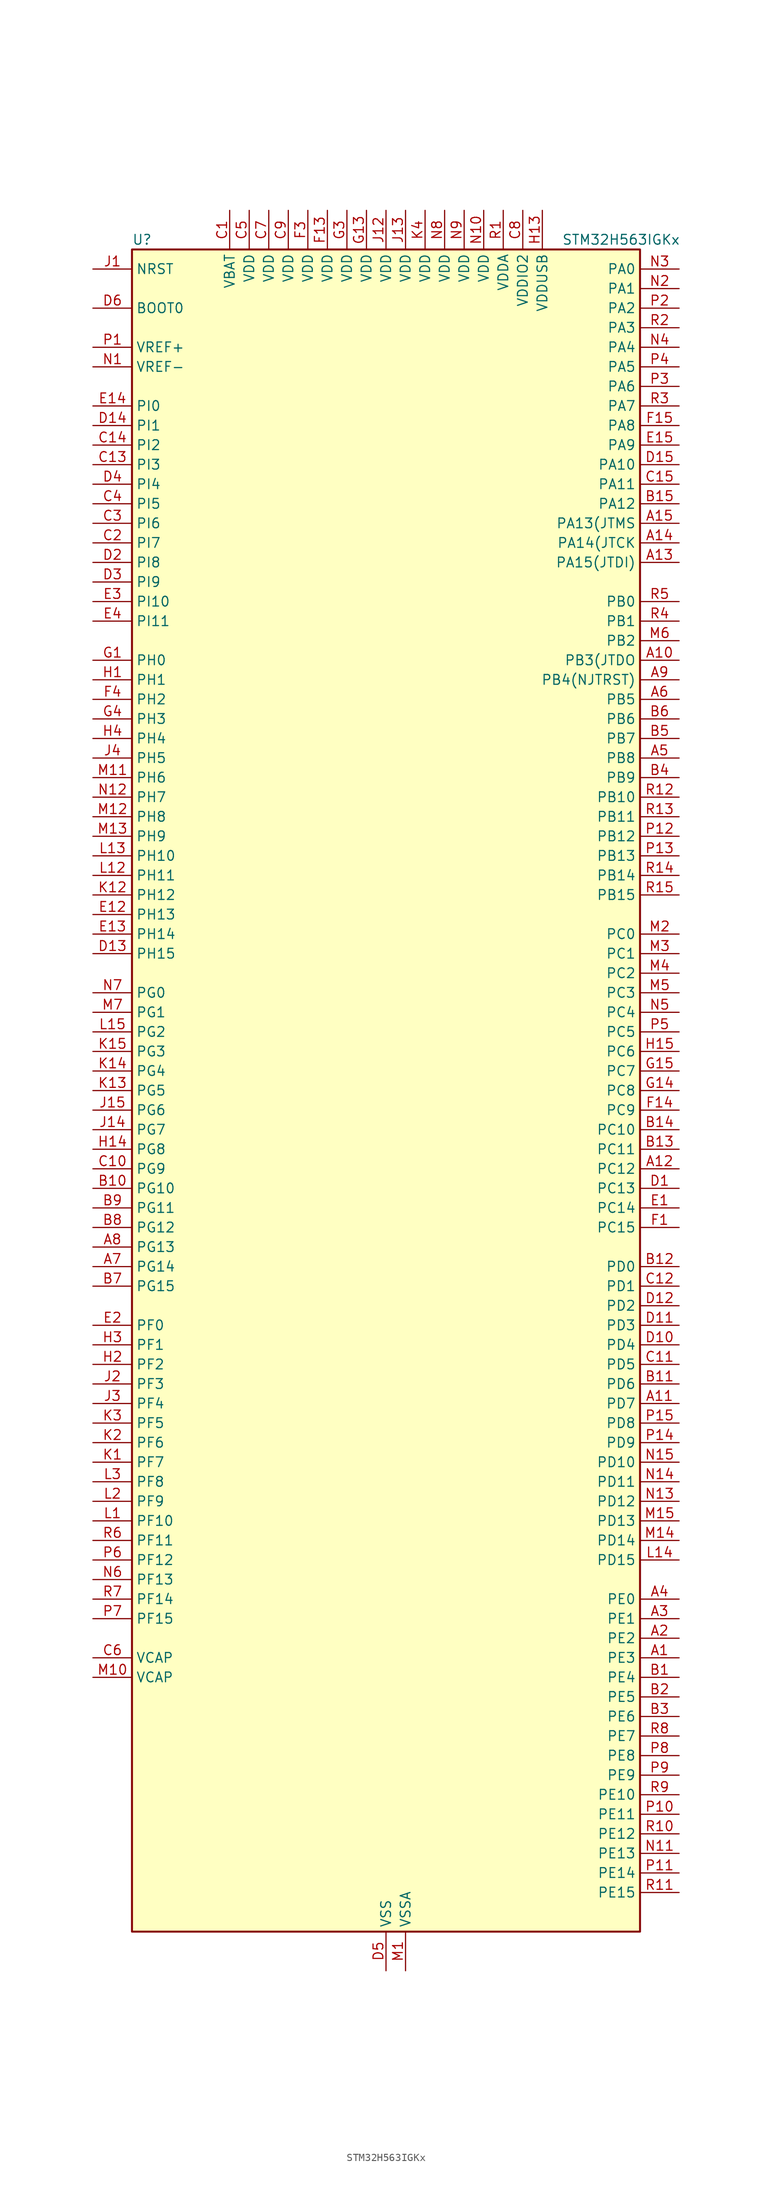
<source format=kicad_sym>
(kicad_symbol_lib
  (version 20231120)
  (generator "kicad-library-utils")
  (generator_version "8.0")
  (symbol "STM32H563IGKx"
    (property "Reference" "U"
      (at -33.02 110.49 0)
      (effects (font (size 1.27 1.27)) (justify left)))
    (property "Value" "STM32H563IGKx"
      (at 22.86 110.49 0)
      (effects (font (size 1.27 1.27)) (justify left)))
    (symbol "STM32H563IGKx_0_1"
      (rectangle (start -33.02 -109.22) (end 33.02 109.22) (stroke (width 0.254) (type default)) (fill (type background))))
    (symbol "STM32H563IGKx_1_1"
      (pin bidirectional line (at 38.1 -73.66 180) (length 5.08) (name "PE3" (effects (font (size 1.27 1.27)))) (number "A1" (effects (font (size 1.27 1.27)))) (alternate "DEBUG_TRACED0" bidirectional line) (alternate "FMC_A19" bidirectional line) (alternate "SAI1_SD_B" bidirectional line) (alternate "TAMP_IN6" bidirectional line) (alternate "TAMP_OUT3" bidirectional line) (alternate "TIM15_BKIN" bidirectional line) (alternate "USART10_TX" bidirectional line))
      (pin bidirectional line (at 38.1 55.88 180) (length 5.08) (name "PB3(JTDO" (effects (font (size 1.27 1.27)))) (number "A10" (effects (font (size 1.27 1.27)))) (alternate "CRS_SYNC" bidirectional line) (alternate "DEBUG_JTDO-SWO" bidirectional line) (alternate "I2C2_SDA" bidirectional line) (alternate "I2S1_CK" bidirectional line) (alternate "I2S3_CK" bidirectional line) (alternate "LPTIM6_ETR" bidirectional line) (alternate "SDMMC2_D2" bidirectional line) (alternate "SPI1_SCK" bidirectional line) (alternate "SPI3_SCK" bidirectional line) (alternate "SPI6_SCK" bidirectional line) (alternate "TIM2_CH2" bidirectional line) (alternate "UART12_CTS" bidirectional line) (alternate "UART7_RX" bidirectional line))
      (pin bidirectional line (at 38.1 -40.64 180) (length 5.08) (name "PD7" (effects (font (size 1.27 1.27)))) (number "A11" (effects (font (size 1.27 1.27)))) (alternate "FMC_NCE" bidirectional line) (alternate "FMC_NE1" bidirectional line) (alternate "I2S1_SDO" bidirectional line) (alternate "LPTIM4_OUT" bidirectional line) (alternate "OCTOSPI1_IO7" bidirectional line) (alternate "SDMMC2_CMD" bidirectional line) (alternate "SPI1_MOSI" bidirectional line) (alternate "USART2_CK" bidirectional line))
      (pin bidirectional line (at 38.1 -10.16 180) (length 5.08) (name "PC12" (effects (font (size 1.27 1.27)))) (number "A12" (effects (font (size 1.27 1.27)))) (alternate "DCMI_D9" bidirectional line) (alternate "DEBUG_TRACED3" bidirectional line) (alternate "I2S3_SDO" bidirectional line) (alternate "PSSI_D9" bidirectional line) (alternate "SDMMC1_CK" bidirectional line) (alternate "SPI3_MOSI" bidirectional line) (alternate "SPI6_SCK" bidirectional line) (alternate "TIM15_CH1" bidirectional line) (alternate "UART5_TX" bidirectional line) (alternate "USART3_CK" bidirectional line))
      (pin bidirectional line (at 38.1 68.58 180) (length 5.08) (name "PA15(JTDI)" (effects (font (size 1.27 1.27)))) (number "A13" (effects (font (size 1.27 1.27)))) (alternate "ADC1_EXTI15" bidirectional line) (alternate "ADC2_EXTI15" bidirectional line) (alternate "CEC" bidirectional line) (alternate "DCMI_D11" bidirectional line) (alternate "DEBUG_JTDI" bidirectional line) (alternate "FMC_NBL1" bidirectional line) (alternate "I2S1_WS" bidirectional line) (alternate "I2S3_WS" bidirectional line) (alternate "LPTIM3_IN2" bidirectional line) (alternate "PSSI_D11" bidirectional line) (alternate "SPI1_NSS" bidirectional line) (alternate "SPI3_NSS" bidirectional line) (alternate "SPI6_NSS" bidirectional line) (alternate "TIM2_CH1" bidirectional line) (alternate "TIM2_ETR" bidirectional line) (alternate "UART4_DE" bidirectional line) (alternate "UART4_RTS" bidirectional line) (alternate "UART7_TX" bidirectional line))
      (pin bidirectional line (at 38.1 71.12 180) (length 5.08) (name "PA14(JTCK" (effects (font (size 1.27 1.27)))) (number "A14" (effects (font (size 1.27 1.27)))) (alternate "DEBUG_JTCK-SWCLK" bidirectional line))
      (pin bidirectional line (at 38.1 73.66 180) (length 5.08) (name "PA13(JTMS" (effects (font (size 1.27 1.27)))) (number "A15" (effects (font (size 1.27 1.27)))) (alternate "DEBUG_JTMS-SWDIO" bidirectional line))
      (pin bidirectional line (at 38.1 -71.12 180) (length 5.08) (name "PE2" (effects (font (size 1.27 1.27)))) (number "A2" (effects (font (size 1.27 1.27)))) (alternate "DCMI_D3" bidirectional line) (alternate "DEBUG_TRACECLK" bidirectional line) (alternate "ETH_TXD3" bidirectional line) (alternate "FMC_A23" bidirectional line) (alternate "LPTIM1_IN2" bidirectional line) (alternate "OCTOSPI1_IO2" bidirectional line) (alternate "PSSI_D3" bidirectional line) (alternate "SAI1_CK1" bidirectional line) (alternate "SAI1_MCLK_A" bidirectional line) (alternate "SPI4_SCK" bidirectional line) (alternate "UART8_TX" bidirectional line) (alternate "USART10_RX" bidirectional line))
      (pin bidirectional line (at 38.1 -68.58 180) (length 5.08) (name "PE1" (effects (font (size 1.27 1.27)))) (number "A3" (effects (font (size 1.27 1.27)))) (alternate "DCMI_D3" bidirectional line) (alternate "FDCAN1_TX" bidirectional line) (alternate "FMC_NBL1" bidirectional line) (alternate "LPTIM1_IN2" bidirectional line) (alternate "PSSI_D3" bidirectional line) (alternate "UART8_TX" bidirectional line))
      (pin bidirectional line (at 38.1 -66.04 180) (length 5.08) (name "PE0" (effects (font (size 1.27 1.27)))) (number "A4" (effects (font (size 1.27 1.27)))) (alternate "DCMI_D2" bidirectional line) (alternate "FDCAN1_RX" bidirectional line) (alternate "FMC_NBL0" bidirectional line) (alternate "LPTIM1_ETR" bidirectional line) (alternate "LPTIM2_CH2" bidirectional line) (alternate "LPTIM2_ETR" bidirectional line) (alternate "PSSI_D2" bidirectional line) (alternate "SAI2_MCLK_A" bidirectional line) (alternate "SPI3_RDY" bidirectional line) (alternate "TIM4_ETR" bidirectional line) (alternate "UART8_RX" bidirectional line))
      (pin bidirectional line (at 38.1 43.18 180) (length 5.08) (name "PB8" (effects (font (size 1.27 1.27)))) (number "A5" (effects (font (size 1.27 1.27)))) (alternate "DCMI_D6" bidirectional line) (alternate "ETH_TXD3" bidirectional line) (alternate "FDCAN1_RX" bidirectional line) (alternate "I2C1_SCL" bidirectional line) (alternate "I2C4_SCL" bidirectional line) (alternate "I3C1_SCL" bidirectional line) (alternate "PSSI_D6" bidirectional line) (alternate "SDMMC1_CKIN" bidirectional line) (alternate "SDMMC1_D4" bidirectional line) (alternate "SDMMC2_D4" bidirectional line) (alternate "SPI4_RDY" bidirectional line) (alternate "TIM16_CH1" bidirectional line) (alternate "TIM4_CH3" bidirectional line) (alternate "UART4_RX" bidirectional line))
      (pin bidirectional line (at 38.1 50.8 180) (length 5.08) (name "PB5" (effects (font (size 1.27 1.27)))) (number "A6" (effects (font (size 1.27 1.27)))) (alternate "DCMI_D10" bidirectional line) (alternate "ETH_PPS_OUT" bidirectional line) (alternate "FDCAN2_RX" bidirectional line) (alternate "FMC_SDCKE1" bidirectional line) (alternate "I2C1_SMBA" bidirectional line) (alternate "I2C4_SMBA" bidirectional line) (alternate "I2S1_SDO" bidirectional line) (alternate "I2S3_SDO" bidirectional line) (alternate "OCTOSPI1_NCLK" bidirectional line) (alternate "PSSI_D10" bidirectional line) (alternate "SPI1_MOSI" bidirectional line) (alternate "SPI3_MOSI" bidirectional line) (alternate "SPI6_MOSI" bidirectional line) (alternate "TIM17_BKIN" bidirectional line) (alternate "TIM3_CH2" bidirectional line) (alternate "UART5_RX" bidirectional line))
      (pin bidirectional line (at -38.1 -22.86 0) (length 5.08) (name "PG14" (effects (font (size 1.27 1.27)))) (number "A7" (effects (font (size 1.27 1.27)))) (alternate "DEBUG_TRACED1" bidirectional line) (alternate "ETH_TXD1" bidirectional line) (alternate "FMC_A25" bidirectional line) (alternate "LPTIM1_CH2" bidirectional line) (alternate "LPTIM1_ETR" bidirectional line) (alternate "LPTIM5_IN1" bidirectional line) (alternate "OCTOSPI1_IO7" bidirectional line) (alternate "SDMMC2_D7" bidirectional line) (alternate "SPI6_MOSI" bidirectional line) (alternate "USART10_RTS" bidirectional line) (alternate "USART6_TX" bidirectional line))
      (pin bidirectional line (at -38.1 -20.32 0) (length 5.08) (name "PG13" (effects (font (size 1.27 1.27)))) (number "A8" (effects (font (size 1.27 1.27)))) (alternate "DEBUG_TRACED0" bidirectional line) (alternate "ETH_TXD0" bidirectional line) (alternate "FMC_A24" bidirectional line) (alternate "LPTIM1_CH1" bidirectional line) (alternate "LPTIM5_CH2" bidirectional line) (alternate "SDMMC2_D6" bidirectional line) (alternate "SPI6_SCK" bidirectional line) (alternate "USART10_CTS" bidirectional line) (alternate "USART10_NSS" bidirectional line) (alternate "USART6_CTS" bidirectional line) (alternate "USART6_NSS" bidirectional line))
      (pin bidirectional line (at 38.1 53.34 180) (length 5.08) (name "PB4(NJTRST)" (effects (font (size 1.27 1.27)))) (number "A9" (effects (font (size 1.27 1.27)))) (alternate "DCMI_D7" bidirectional line) (alternate "DEBUG_JTRST" bidirectional line) (alternate "I2S1_SDI" bidirectional line) (alternate "I2S2_WS" bidirectional line) (alternate "I2S3_SDI" bidirectional line) (alternate "LPTIM1_CH2" bidirectional line) (alternate "OCTOSPI1_CLK" bidirectional line) (alternate "PSSI_D7" bidirectional line) (alternate "SDMMC2_D3" bidirectional line) (alternate "SPI1_MISO" bidirectional line) (alternate "SPI2_NSS" bidirectional line) (alternate "SPI3_MISO" bidirectional line) (alternate "SPI6_MISO" bidirectional line) (alternate "TIM16_BKIN" bidirectional line) (alternate "TIM3_CH1" bidirectional line) (alternate "UART7_TX" bidirectional line))
      (pin bidirectional line (at 38.1 -76.2 180) (length 5.08) (name "PE4" (effects (font (size 1.27 1.27)))) (number "B1" (effects (font (size 1.27 1.27)))) (alternate "DCMI_D4" bidirectional line) (alternate "DEBUG_TRACED1" bidirectional line) (alternate "FMC_A20" bidirectional line) (alternate "PSSI_D4" bidirectional line) (alternate "SAI1_D2" bidirectional line) (alternate "SAI1_FS_A" bidirectional line) (alternate "SPI4_NSS" bidirectional line) (alternate "TAMP_IN7" bidirectional line) (alternate "TAMP_OUT8" bidirectional line) (alternate "TIM15_CH1N" bidirectional line))
      (pin bidirectional line (at -38.1 -12.7 0) (length 5.08) (name "PG10" (effects (font (size 1.27 1.27)))) (number "B10" (effects (font (size 1.27 1.27)))) (alternate "DCMI_D2" bidirectional line) (alternate "FMC_NE3" bidirectional line) (alternate "I2S1_WS" bidirectional line) (alternate "PSSI_D2" bidirectional line) (alternate "SAI2_SD_B" bidirectional line) (alternate "SDMMC2_D1" bidirectional line) (alternate "SPI1_NSS" bidirectional line))
      (pin bidirectional line (at 38.1 -38.1 180) (length 5.08) (name "PD6" (effects (font (size 1.27 1.27)))) (number "B11" (effects (font (size 1.27 1.27)))) (alternate "DCMI_D10" bidirectional line) (alternate "FMC_NWAIT" bidirectional line) (alternate "I2S3_SDO" bidirectional line) (alternate "OCTOSPI1_IO6" bidirectional line) (alternate "PSSI_D10" bidirectional line) (alternate "SAI1_D1" bidirectional line) (alternate "SAI1_SD_A" bidirectional line) (alternate "SDMMC2_CK" bidirectional line) (alternate "SPI3_MOSI" bidirectional line) (alternate "USART2_RX" bidirectional line))
      (pin bidirectional line (at 38.1 -22.86 180) (length 5.08) (name "PD0" (effects (font (size 1.27 1.27)))) (number "B12" (effects (font (size 1.27 1.27)))) (alternate "FDCAN1_RX" bidirectional line) (alternate "FMC_D2" bidirectional line) (alternate "FMC_DA2" bidirectional line) (alternate "TIM8_CH4N" bidirectional line) (alternate "UART4_RX" bidirectional line) (alternate "UART9_CTS" bidirectional line))
      (pin bidirectional line (at 38.1 -7.62 180) (length 5.08) (name "PC11" (effects (font (size 1.27 1.27)))) (number "B13" (effects (font (size 1.27 1.27)))) (alternate "ADC1_EXTI11" bidirectional line) (alternate "ADC2_EXTI11" bidirectional line) (alternate "DCMI_D4" bidirectional line) (alternate "I2S3_SDI" bidirectional line) (alternate "LPTIM3_IN1" bidirectional line) (alternate "OCTOSPI1_NCS" bidirectional line) (alternate "PSSI_D4" bidirectional line) (alternate "SDMMC1_D3" bidirectional line) (alternate "SPI3_MISO" bidirectional line) (alternate "UART4_RX" bidirectional line) (alternate "USART3_RX" bidirectional line))
      (pin bidirectional line (at 38.1 -5.08 180) (length 5.08) (name "PC10" (effects (font (size 1.27 1.27)))) (number "B14" (effects (font (size 1.27 1.27)))) (alternate "DCMI_D8" bidirectional line) (alternate "ETH_TXD0" bidirectional line) (alternate "I2S3_CK" bidirectional line) (alternate "LPTIM3_ETR" bidirectional line) (alternate "OCTOSPI1_IO1" bidirectional line) (alternate "PSSI_D8" bidirectional line) (alternate "SDMMC1_D2" bidirectional line) (alternate "SPI3_SCK" bidirectional line) (alternate "UART4_TX" bidirectional line) (alternate "USART3_TX" bidirectional line))
      (pin bidirectional line (at 38.1 76.2 180) (length 5.08) (name "PA12" (effects (font (size 1.27 1.27)))) (number "B15" (effects (font (size 1.27 1.27)))) (alternate "FDCAN1_TX" bidirectional line) (alternate "I2S2_CK" bidirectional line) (alternate "LPUART1_RTS" bidirectional line) (alternate "SAI2_FS_B" bidirectional line) (alternate "SPI2_SCK" bidirectional line) (alternate "TIM1_ETR" bidirectional line) (alternate "UART4_TX" bidirectional line) (alternate "USART1_RTS" bidirectional line) (alternate "USB_DP" bidirectional line))
      (pin bidirectional line (at 38.1 -78.74 180) (length 5.08) (name "PE5" (effects (font (size 1.27 1.27)))) (number "B2" (effects (font (size 1.27 1.27)))) (alternate "DCMI_D6" bidirectional line) (alternate "DEBUG_TRACED2" bidirectional line) (alternate "FMC_A21" bidirectional line) (alternate "PSSI_D6" bidirectional line) (alternate "SAI1_CK2" bidirectional line) (alternate "SAI1_SCK_A" bidirectional line) (alternate "SPI4_MISO" bidirectional line) (alternate "TAMP_IN8" bidirectional line) (alternate "TAMP_OUT7" bidirectional line) (alternate "TIM15_CH1" bidirectional line))
      (pin bidirectional line (at 38.1 -81.28 180) (length 5.08) (name "PE6" (effects (font (size 1.27 1.27)))) (number "B3" (effects (font (size 1.27 1.27)))) (alternate "DCMI_D7" bidirectional line) (alternate "DEBUG_TRACED3" bidirectional line) (alternate "FMC_A22" bidirectional line) (alternate "PSSI_D7" bidirectional line) (alternate "SAI1_D1" bidirectional line) (alternate "SAI1_SD_A" bidirectional line) (alternate "SAI2_MCLK_B" bidirectional line) (alternate "SPI4_MOSI" bidirectional line) (alternate "TAMP_IN3" bidirectional line) (alternate "TAMP_OUT6" bidirectional line) (alternate "TIM15_CH2" bidirectional line) (alternate "TIM1_BKIN2" bidirectional line))
      (pin bidirectional line (at 38.1 40.64 180) (length 5.08) (name "PB9" (effects (font (size 1.27 1.27)))) (number "B4" (effects (font (size 1.27 1.27)))) (alternate "DAC1_EXTI9" bidirectional line) (alternate "DCMI_D7" bidirectional line) (alternate "FDCAN1_TX" bidirectional line) (alternate "I2C1_SDA" bidirectional line) (alternate "I2C4_SDA" bidirectional line) (alternate "I2S2_WS" bidirectional line) (alternate "I3C1_SDA" bidirectional line) (alternate "PSSI_D7" bidirectional line) (alternate "SDMMC1_CDIR" bidirectional line) (alternate "SDMMC1_D5" bidirectional line) (alternate "SDMMC2_CKIN" bidirectional line) (alternate "SDMMC2_D5" bidirectional line) (alternate "SPI2_NSS" bidirectional line) (alternate "TIM17_CH1" bidirectional line) (alternate "TIM4_CH4" bidirectional line) (alternate "UART4_TX" bidirectional line))
      (pin bidirectional line (at 38.1 45.72 180) (length 5.08) (name "PB7" (effects (font (size 1.27 1.27)))) (number "B5" (effects (font (size 1.27 1.27)))) (alternate "DCMI_VSYNC" bidirectional line) (alternate "FDCAN1_TX" bidirectional line) (alternate "FMC_NL" bidirectional line) (alternate "I2C1_SDA" bidirectional line) (alternate "I2C4_SDA" bidirectional line) (alternate "I3C1_SDA" bidirectional line) (alternate "LPUART1_RX" bidirectional line) (alternate "PSSI_RDY" bidirectional line) (alternate "PWR_WKUP5" bidirectional line) (alternate "SDMMC2_CKIN" bidirectional line) (alternate "SDMMC2_D5" bidirectional line) (alternate "TIM17_CH1N" bidirectional line) (alternate "TIM4_CH2" bidirectional line) (alternate "USART1_RX" bidirectional line))
      (pin bidirectional line (at 38.1 48.26 180) (length 5.08) (name "PB6" (effects (font (size 1.27 1.27)))) (number "B6" (effects (font (size 1.27 1.27)))) (alternate "CEC" bidirectional line) (alternate "DCMI_D5" bidirectional line) (alternate "FDCAN2_TX" bidirectional line) (alternate "FMC_SDNE1" bidirectional line) (alternate "I2C1_SCL" bidirectional line) (alternate "I2C4_SCL" bidirectional line) (alternate "I3C1_SCL" bidirectional line) (alternate "LPUART1_TX" bidirectional line) (alternate "OCTOSPI1_NCS" bidirectional line) (alternate "PSSI_D5" bidirectional line) (alternate "TIM16_CH1N" bidirectional line) (alternate "TIM4_CH1" bidirectional line) (alternate "UART5_TX" bidirectional line) (alternate "USART1_TX" bidirectional line))
      (pin bidirectional line (at -38.1 -25.4 0) (length 5.08) (name "PG15" (effects (font (size 1.27 1.27)))) (number "B7" (effects (font (size 1.27 1.27)))) (alternate "ADC1_EXTI15" bidirectional line) (alternate "ADC2_EXTI15" bidirectional line) (alternate "DCMI_D13" bidirectional line) (alternate "FMC_SDNCAS" bidirectional line) (alternate "PSSI_D13" bidirectional line) (alternate "SPI4_RDY" bidirectional line) (alternate "USART10_CK" bidirectional line) (alternate "USART6_CTS" bidirectional line) (alternate "USART6_NSS" bidirectional line))
      (pin bidirectional line (at -38.1 -17.78 0) (length 5.08) (name "PG12" (effects (font (size 1.27 1.27)))) (number "B8" (effects (font (size 1.27 1.27)))) (alternate "DCMI_D11" bidirectional line) (alternate "ETH_TXD1" bidirectional line) (alternate "FMC_NE4" bidirectional line) (alternate "LPTIM1_IN1" bidirectional line) (alternate "LPTIM5_CH1" bidirectional line) (alternate "PSSI_D11" bidirectional line) (alternate "PSSI_D15" bidirectional line) (alternate "SDMMC2_D3" bidirectional line) (alternate "SPI6_MISO" bidirectional line) (alternate "USART10_TX" bidirectional line) (alternate "USART6_RTS" bidirectional line))
      (pin bidirectional line (at -38.1 -15.24 0) (length 5.08) (name "PG11" (effects (font (size 1.27 1.27)))) (number "B9" (effects (font (size 1.27 1.27)))) (alternate "ADC1_EXTI11" bidirectional line) (alternate "ADC2_EXTI11" bidirectional line) (alternate "DCMI_D3" bidirectional line) (alternate "ETH_TX_EN" bidirectional line) (alternate "I2S1_CK" bidirectional line) (alternate "LPTIM1_IN2" bidirectional line) (alternate "PSSI_D3" bidirectional line) (alternate "SDMMC2_D2" bidirectional line) (alternate "SPI1_SCK" bidirectional line) (alternate "USART10_RX" bidirectional line) (alternate "USART11_RTS" bidirectional line))
      (pin power_in line (at -20.32 114.3 270) (length 5.08) (name "VBAT" (effects (font (size 1.27 1.27)))) (number "C1" (effects (font (size 1.27 1.27)))))
      (pin bidirectional line (at -38.1 -10.16 0) (length 5.08) (name "PG9" (effects (font (size 1.27 1.27)))) (number "C10" (effects (font (size 1.27 1.27)))) (alternate "DAC1_EXTI9" bidirectional line) (alternate "DCMI_VSYNC" bidirectional line) (alternate "FMC_NCE" bidirectional line) (alternate "FMC_NE2" bidirectional line) (alternate "I2S1_SDI" bidirectional line) (alternate "OCTOSPI1_IO6" bidirectional line) (alternate "PSSI_RDY" bidirectional line) (alternate "SAI2_FS_B" bidirectional line) (alternate "SDMMC2_D0" bidirectional line) (alternate "SPI1_MISO" bidirectional line) (alternate "USART6_RX" bidirectional line))
      (pin bidirectional line (at 38.1 -35.56 180) (length 5.08) (name "PD5" (effects (font (size 1.27 1.27)))) (number "C11" (effects (font (size 1.27 1.27)))) (alternate "FDCAN1_TX" bidirectional line) (alternate "FMC_NWE" bidirectional line) (alternate "OCTOSPI1_IO5" bidirectional line) (alternate "SPI2_RDY" bidirectional line) (alternate "TIM1_CH4N" bidirectional line) (alternate "USART2_TX" bidirectional line))
      (pin bidirectional line (at 38.1 -25.4 180) (length 5.08) (name "PD1" (effects (font (size 1.27 1.27)))) (number "C12" (effects (font (size 1.27 1.27)))) (alternate "FDCAN1_TX" bidirectional line) (alternate "FMC_D3" bidirectional line) (alternate "FMC_DA3" bidirectional line) (alternate "UART4_TX" bidirectional line))
      (pin bidirectional line (at -38.1 81.28 0) (length 5.08) (name "PI3" (effects (font (size 1.27 1.27)))) (number "C13" (effects (font (size 1.27 1.27)))) (alternate "DCMI_D10" bidirectional line) (alternate "I2S2_SDO" bidirectional line) (alternate "PSSI_D10" bidirectional line) (alternate "SPI2_MOSI" bidirectional line) (alternate "TIM8_ETR" bidirectional line))
      (pin bidirectional line (at -38.1 83.82 0) (length 5.08) (name "PI2" (effects (font (size 1.27 1.27)))) (number "C14" (effects (font (size 1.27 1.27)))) (alternate "DCMI_D9" bidirectional line) (alternate "I2S2_SDI" bidirectional line) (alternate "PSSI_D9" bidirectional line) (alternate "SPI2_MISO" bidirectional line) (alternate "TIM8_CH4" bidirectional line))
      (pin bidirectional line (at 38.1 78.74 180) (length 5.08) (name "PA11" (effects (font (size 1.27 1.27)))) (number "C15" (effects (font (size 1.27 1.27)))) (alternate "ADC1_EXTI11" bidirectional line) (alternate "ADC2_EXTI11" bidirectional line) (alternate "FDCAN1_RX" bidirectional line) (alternate "I2S2_WS" bidirectional line) (alternate "LPUART1_CTS" bidirectional line) (alternate "SPI2_NSS" bidirectional line) (alternate "TIM1_CH4" bidirectional line) (alternate "UART4_RX" bidirectional line) (alternate "USART1_CTS" bidirectional line) (alternate "USART1_NSS" bidirectional line) (alternate "USB_DM" bidirectional line))
      (pin bidirectional line (at -38.1 71.12 0) (length 5.08) (name "PI7" (effects (font (size 1.27 1.27)))) (number "C2" (effects (font (size 1.27 1.27)))) (alternate "DCMI_D7" bidirectional line) (alternate "PSSI_D7" bidirectional line) (alternate "SAI2_FS_A" bidirectional line) (alternate "TIM8_CH3" bidirectional line))
      (pin bidirectional line (at -38.1 73.66 0) (length 5.08) (name "PI6" (effects (font (size 1.27 1.27)))) (number "C3" (effects (font (size 1.27 1.27)))) (alternate "DCMI_D6" bidirectional line) (alternate "PSSI_D6" bidirectional line) (alternate "SAI2_SD_A" bidirectional line) (alternate "TIM8_CH2" bidirectional line))
      (pin bidirectional line (at -38.1 76.2 0) (length 5.08) (name "PI5" (effects (font (size 1.27 1.27)))) (number "C4" (effects (font (size 1.27 1.27)))) (alternate "DCMI_VSYNC" bidirectional line) (alternate "PSSI_RDY" bidirectional line) (alternate "SAI2_SCK_A" bidirectional line) (alternate "TIM8_CH1" bidirectional line))
      (pin power_in line (at -17.78 114.3 270) (length 5.08) (name "VDD" (effects (font (size 1.27 1.27)))) (number "C5" (effects (font (size 1.27 1.27)))))
      (pin power_out line (at -38.1 -73.66 0) (length 5.08) (name "VCAP" (effects (font (size 1.27 1.27)))) (number "C6" (effects (font (size 1.27 1.27)))))
      (pin power_in line (at -15.24 114.3 270) (length 5.08) (name "VDD" (effects (font (size 1.27 1.27)))) (number "C7" (effects (font (size 1.27 1.27)))))
      (pin power_in line (at 17.78 114.3 270) (length 5.08) (name "VDDIO2" (effects (font (size 1.27 1.27)))) (number "C8" (effects (font (size 1.27 1.27)))))
      (pin power_in line (at -12.7 114.3 270) (length 5.08) (name "VDD" (effects (font (size 1.27 1.27)))) (number "C9" (effects (font (size 1.27 1.27)))))
      (pin bidirectional line (at 38.1 -12.7 180) (length 5.08) (name "PC13" (effects (font (size 1.27 1.27)))) (number "D1" (effects (font (size 1.27 1.27)))) (alternate "PWR_WKUP4" bidirectional line) (alternate "RTC_OUT1" bidirectional line) (alternate "RTC_TS" bidirectional line) (alternate "TAMP_IN1" bidirectional line) (alternate "TAMP_OUT2" bidirectional line) (alternate "TAMP_OUT3" bidirectional line))
      (pin bidirectional line (at 38.1 -33.02 180) (length 5.08) (name "PD4" (effects (font (size 1.27 1.27)))) (number "D10" (effects (font (size 1.27 1.27)))) (alternate "FMC_NOE" bidirectional line) (alternate "OCTOSPI1_IO4" bidirectional line) (alternate "USART2_RTS" bidirectional line))
      (pin bidirectional line (at 38.1 -30.48 180) (length 5.08) (name "PD3" (effects (font (size 1.27 1.27)))) (number "D11" (effects (font (size 1.27 1.27)))) (alternate "DCMI_D5" bidirectional line) (alternate "FMC_CLK" bidirectional line) (alternate "I2S2_CK" bidirectional line) (alternate "PSSI_D5" bidirectional line) (alternate "PWR_WKUP8" bidirectional line) (alternate "SPI2_SCK" bidirectional line) (alternate "USART2_CTS" bidirectional line) (alternate "USART2_NSS" bidirectional line))
      (pin bidirectional line (at 38.1 -27.94 180) (length 5.08) (name "PD2" (effects (font (size 1.27 1.27)))) (number "D12" (effects (font (size 1.27 1.27)))) (alternate "DCMI_D11" bidirectional line) (alternate "DEBUG_TRACED2" bidirectional line) (alternate "LPTIM4_ETR" bidirectional line) (alternate "PSSI_D11" bidirectional line) (alternate "PWR_WKUP7" bidirectional line) (alternate "SDMMC1_CMD" bidirectional line) (alternate "TIM15_BKIN" bidirectional line) (alternate "TIM3_ETR" bidirectional line) (alternate "UART5_RX" bidirectional line))
      (pin bidirectional line (at -38.1 17.78 0) (length 5.08) (name "PH15" (effects (font (size 1.27 1.27)))) (number "D13" (effects (font (size 1.27 1.27)))) (alternate "ADC1_EXTI15" bidirectional line) (alternate "ADC2_EXTI15" bidirectional line) (alternate "DCMI_D11" bidirectional line) (alternate "PSSI_D11" bidirectional line) (alternate "TIM8_CH3N" bidirectional line))
      (pin bidirectional line (at -38.1 86.36 0) (length 5.08) (name "PI1" (effects (font (size 1.27 1.27)))) (number "D14" (effects (font (size 1.27 1.27)))) (alternate "DCMI_D8" bidirectional line) (alternate "I2S2_CK" bidirectional line) (alternate "PSSI_D8" bidirectional line) (alternate "SPI2_SCK" bidirectional line) (alternate "TIM8_BKIN2" bidirectional line))
      (pin bidirectional line (at 38.1 81.28 180) (length 5.08) (name "PA10" (effects (font (size 1.27 1.27)))) (number "D15" (effects (font (size 1.27 1.27)))) (alternate "DCMI_D1" bidirectional line) (alternate "FDCAN2_TX" bidirectional line) (alternate "LPTIM2_IN2" bidirectional line) (alternate "LPUART1_RX" bidirectional line) (alternate "PSSI_D1" bidirectional line) (alternate "SDMMC1_D0" bidirectional line) (alternate "TIM1_CH3" bidirectional line) (alternate "UCPD1_FRSTX" bidirectional line) (alternate "USART1_RX" bidirectional line))
      (pin bidirectional line (at -38.1 68.58 0) (length 5.08) (name "PI8" (effects (font (size 1.27 1.27)))) (number "D2" (effects (font (size 1.27 1.27)))) (alternate "PWR_WKUP3" bidirectional line) (alternate "RTC_OUT2" bidirectional line) (alternate "TAMP_IN2" bidirectional line) (alternate "TAMP_OUT3" bidirectional line))
      (pin bidirectional line (at -38.1 66.04 0) (length 5.08) (name "PI9" (effects (font (size 1.27 1.27)))) (number "D3" (effects (font (size 1.27 1.27)))) (alternate "DAC1_EXTI9" bidirectional line) (alternate "FDCAN1_RX" bidirectional line) (alternate "UART4_RX" bidirectional line))
      (pin bidirectional line (at -38.1 78.74 0) (length 5.08) (name "PI4" (effects (font (size 1.27 1.27)))) (number "D4" (effects (font (size 1.27 1.27)))) (alternate "DCMI_D5" bidirectional line) (alternate "PSSI_D5" bidirectional line) (alternate "SAI2_MCLK_A" bidirectional line) (alternate "SPI2_RDY" bidirectional line) (alternate "TIM8_BKIN" bidirectional line))
      (pin power_in line (at 0 -114.3 90) (length 5.08) (name "VSS" (effects (font (size 1.27 1.27)))) (number "D5" (effects (font (size 1.27 1.27)))))
      (pin input line (at -38.1 101.6 0) (length 5.08) (name "BOOT0" (effects (font (size 1.27 1.27)))) (number "D6" (effects (font (size 1.27 1.27)))))
      (pin passive line (at 0 -114.3 90) (length 5.08) hide (name "VSS" (effects (font (size 1.27 1.27)))) (number "D7" (effects (font (size 1.27 1.27)))))
      (pin passive line (at 0 -114.3 90) (length 5.08) hide (name "VSS" (effects (font (size 1.27 1.27)))) (number "D8" (effects (font (size 1.27 1.27)))))
      (pin passive line (at 0 -114.3 90) (length 5.08) hide (name "VSS" (effects (font (size 1.27 1.27)))) (number "D9" (effects (font (size 1.27 1.27)))))
      (pin bidirectional line (at 38.1 -15.24 180) (length 5.08) (name "PC14" (effects (font (size 1.27 1.27)))) (number "E1" (effects (font (size 1.27 1.27)))) (alternate "RCC_OSC32_IN" bidirectional line))
      (pin bidirectional line (at -38.1 22.86 0) (length 5.08) (name "PH13" (effects (font (size 1.27 1.27)))) (number "E12" (effects (font (size 1.27 1.27)))) (alternate "DCMI_D3" bidirectional line) (alternate "FDCAN1_TX" bidirectional line) (alternate "LPTIM1_IN2" bidirectional line) (alternate "PSSI_D3" bidirectional line) (alternate "TIM8_CH1N" bidirectional line) (alternate "UART4_TX" bidirectional line) (alternate "UART8_TX" bidirectional line))
      (pin bidirectional line (at -38.1 20.32 0) (length 5.08) (name "PH14" (effects (font (size 1.27 1.27)))) (number "E13" (effects (font (size 1.27 1.27)))) (alternate "DCMI_D4" bidirectional line) (alternate "FDCAN1_RX" bidirectional line) (alternate "PSSI_D4" bidirectional line) (alternate "TIM8_CH2N" bidirectional line) (alternate "UART4_RX" bidirectional line))
      (pin bidirectional line (at -38.1 88.9 0) (length 5.08) (name "PI0" (effects (font (size 1.27 1.27)))) (number "E14" (effects (font (size 1.27 1.27)))) (alternate "DCMI_D13" bidirectional line) (alternate "I2S2_WS" bidirectional line) (alternate "PSSI_D13" bidirectional line) (alternate "SPI2_NSS" bidirectional line) (alternate "TIM5_CH4" bidirectional line))
      (pin bidirectional line (at 38.1 83.82 180) (length 5.08) (name "PA9" (effects (font (size 1.27 1.27)))) (number "E15" (effects (font (size 1.27 1.27)))) (alternate "DAC1_EXTI9" bidirectional line) (alternate "DCMI_D0" bidirectional line) (alternate "ETH_TX_ER" bidirectional line) (alternate "FMC_NWE" bidirectional line) (alternate "I2C3_SMBA" bidirectional line) (alternate "I2S2_CK" bidirectional line) (alternate "LPUART1_TX" bidirectional line) (alternate "PSSI_D0" bidirectional line) (alternate "SPI2_SCK" bidirectional line) (alternate "TIM1_CH2" bidirectional line) (alternate "UCPD1_DB1" bidirectional line) (alternate "USART1_TX" bidirectional line))
      (pin bidirectional line (at -38.1 -30.48 0) (length 5.08) (name "PF0" (effects (font (size 1.27 1.27)))) (number "E2" (effects (font (size 1.27 1.27)))) (alternate "FMC_A0" bidirectional line) (alternate "I2C2_SDA" bidirectional line) (alternate "LPTIM5_CH1" bidirectional line))
      (pin bidirectional line (at -38.1 63.5 0) (length 5.08) (name "PI10" (effects (font (size 1.27 1.27)))) (number "E3" (effects (font (size 1.27 1.27)))) (alternate "ETH_RX_ER" bidirectional line) (alternate "FDCAN1_RX" bidirectional line) (alternate "PSSI_D14" bidirectional line))
      (pin bidirectional line (at -38.1 60.96 0) (length 5.08) (name "PI11" (effects (font (size 1.27 1.27)))) (number "E4" (effects (font (size 1.27 1.27)))) (alternate "ADC1_EXTI11" bidirectional line) (alternate "ADC2_EXTI11" bidirectional line) (alternate "PSSI_D15" bidirectional line) (alternate "TAMP_IN4" bidirectional line) (alternate "TAMP_OUT5" bidirectional line))
      (pin bidirectional line (at 38.1 -17.78 180) (length 5.08) (name "PC15" (effects (font (size 1.27 1.27)))) (number "F1" (effects (font (size 1.27 1.27)))) (alternate "ADC1_EXTI15" bidirectional line) (alternate "ADC2_EXTI15" bidirectional line) (alternate "RCC_OSC32_OUT" bidirectional line))
      (pin passive line (at 0 -114.3 90) (length 5.08) hide (name "VSS" (effects (font (size 1.27 1.27)))) (number "F10" (effects (font (size 1.27 1.27)))))
      (pin passive line (at 0 -114.3 90) (length 5.08) hide (name "VSS" (effects (font (size 1.27 1.27)))) (number "F12" (effects (font (size 1.27 1.27)))))
      (pin power_in line (at -7.62 114.3 270) (length 5.08) (name "VDD" (effects (font (size 1.27 1.27)))) (number "F13" (effects (font (size 1.27 1.27)))))
      (pin bidirectional line (at 38.1 -2.54 180) (length 5.08) (name "PC9" (effects (font (size 1.27 1.27)))) (number "F14" (effects (font (size 1.27 1.27)))) (alternate "AUDIOCLK" bidirectional line) (alternate "DAC1_EXTI9" bidirectional line) (alternate "DCMI_D3" bidirectional line) (alternate "FMC_CLE" bidirectional line) (alternate "I2C3_SDA" bidirectional line) (alternate "OCTOSPI1_IO0" bidirectional line) (alternate "PSSI_D3" bidirectional line) (alternate "RCC_MCO_2" bidirectional line) (alternate "SDMMC1_D1" bidirectional line) (alternate "TIM3_CH4" bidirectional line) (alternate "TIM8_CH4" bidirectional line) (alternate "UART5_CTS" bidirectional line) (alternate "UCPD1_DB2" bidirectional line))
      (pin bidirectional line (at 38.1 86.36 180) (length 5.08) (name "PA8" (effects (font (size 1.27 1.27)))) (number "F15" (effects (font (size 1.27 1.27)))) (alternate "DCMI_D3" bidirectional line) (alternate "FMC_NOE" bidirectional line) (alternate "I2C3_SCL" bidirectional line) (alternate "PSSI_D3" bidirectional line) (alternate "RCC_MCO_1" bidirectional line) (alternate "SPI1_RDY" bidirectional line) (alternate "TIM1_CH1" bidirectional line) (alternate "TIM8_BKIN2" bidirectional line) (alternate "UART7_RX" bidirectional line) (alternate "USART1_CK" bidirectional line) (alternate "USB_SOF" bidirectional line))
      (pin passive line (at 0 -114.3 90) (length 5.08) hide (name "VSS" (effects (font (size 1.27 1.27)))) (number "F2" (effects (font (size 1.27 1.27)))))
      (pin power_in line (at -10.16 114.3 270) (length 5.08) (name "VDD" (effects (font (size 1.27 1.27)))) (number "F3" (effects (font (size 1.27 1.27)))))
      (pin bidirectional line (at -38.1 50.8 0) (length 5.08) (name "PH2" (effects (font (size 1.27 1.27)))) (number "F4" (effects (font (size 1.27 1.27)))) (alternate "ETH_CRS" bidirectional line) (alternate "FMC_SDCKE0" bidirectional line) (alternate "LPTIM1_IN2" bidirectional line) (alternate "OCTOSPI1_IO4" bidirectional line) (alternate "SAI2_SCK_B" bidirectional line))
      (pin passive line (at 0 -114.3 90) (length 5.08) hide (name "VSS" (effects (font (size 1.27 1.27)))) (number "F6" (effects (font (size 1.27 1.27)))))
      (pin passive line (at 0 -114.3 90) (length 5.08) hide (name "VSS" (effects (font (size 1.27 1.27)))) (number "F7" (effects (font (size 1.27 1.27)))))
      (pin passive line (at 0 -114.3 90) (length 5.08) hide (name "VSS" (effects (font (size 1.27 1.27)))) (number "F8" (effects (font (size 1.27 1.27)))))
      (pin passive line (at 0 -114.3 90) (length 5.08) hide (name "VSS" (effects (font (size 1.27 1.27)))) (number "F9" (effects (font (size 1.27 1.27)))))
      (pin bidirectional line (at -38.1 55.88 0) (length 5.08) (name "PH0" (effects (font (size 1.27 1.27)))) (number "G1" (effects (font (size 1.27 1.27)))) (alternate "RCC_OSC_IN" bidirectional line))
      (pin passive line (at 0 -114.3 90) (length 5.08) hide (name "VSS" (effects (font (size 1.27 1.27)))) (number "G10" (effects (font (size 1.27 1.27)))))
      (pin passive line (at 0 -114.3 90) (length 5.08) hide (name "VSS" (effects (font (size 1.27 1.27)))) (number "G12" (effects (font (size 1.27 1.27)))))
      (pin power_in line (at -2.54 114.3 270) (length 5.08) (name "VDD" (effects (font (size 1.27 1.27)))) (number "G13" (effects (font (size 1.27 1.27)))))
      (pin bidirectional line (at 38.1 0 180) (length 5.08) (name "PC8" (effects (font (size 1.27 1.27)))) (number "G14" (effects (font (size 1.27 1.27)))) (alternate "DCMI_D2" bidirectional line) (alternate "DEBUG_TRACED1" bidirectional line) (alternate "FMC_ALE" bidirectional line) (alternate "FMC_INT" bidirectional line) (alternate "FMC_NCE" bidirectional line) (alternate "FMC_NE2" bidirectional line) (alternate "PSSI_D2" bidirectional line) (alternate "SDMMC1_D0" bidirectional line) (alternate "TIM3_CH3" bidirectional line) (alternate "TIM8_CH3" bidirectional line) (alternate "UART5_DE" bidirectional line) (alternate "UART5_RTS" bidirectional line) (alternate "USART6_CK" bidirectional line))
      (pin bidirectional line (at 38.1 2.54 180) (length 5.08) (name "PC7" (effects (font (size 1.27 1.27)))) (number "G15" (effects (font (size 1.27 1.27)))) (alternate "DCMI_D1" bidirectional line) (alternate "DEBUG_TRGIO" bidirectional line) (alternate "FMC_NE1" bidirectional line) (alternate "I2S3_MCK" bidirectional line) (alternate "OCTOSPI1_IO6" bidirectional line) (alternate "PSSI_D1" bidirectional line) (alternate "SDMMC1_D123DIR" bidirectional line) (alternate "SDMMC1_D7" bidirectional line) (alternate "SDMMC2_D7" bidirectional line) (alternate "TIM3_CH2" bidirectional line) (alternate "TIM8_CH2" bidirectional line) (alternate "USART6_RX" bidirectional line))
      (pin passive line (at 0 -114.3 90) (length 5.08) hide (name "VSS" (effects (font (size 1.27 1.27)))) (number "G2" (effects (font (size 1.27 1.27)))))
      (pin power_in line (at -5.08 114.3 270) (length 5.08) (name "VDD" (effects (font (size 1.27 1.27)))) (number "G3" (effects (font (size 1.27 1.27)))))
      (pin bidirectional line (at -38.1 48.26 0) (length 5.08) (name "PH3" (effects (font (size 1.27 1.27)))) (number "G4" (effects (font (size 1.27 1.27)))) (alternate "ETH_COL" bidirectional line) (alternate "FMC_SDNE0" bidirectional line) (alternate "OCTOSPI1_IO5" bidirectional line) (alternate "SAI2_MCLK_B" bidirectional line))
      (pin passive line (at 0 -114.3 90) (length 5.08) hide (name "VSS" (effects (font (size 1.27 1.27)))) (number "G6" (effects (font (size 1.27 1.27)))))
      (pin passive line (at 0 -114.3 90) (length 5.08) hide (name "VSS" (effects (font (size 1.27 1.27)))) (number "G7" (effects (font (size 1.27 1.27)))))
      (pin passive line (at 0 -114.3 90) (length 5.08) hide (name "VSS" (effects (font (size 1.27 1.27)))) (number "G8" (effects (font (size 1.27 1.27)))))
      (pin passive line (at 0 -114.3 90) (length 5.08) hide (name "VSS" (effects (font (size 1.27 1.27)))) (number "G9" (effects (font (size 1.27 1.27)))))
      (pin bidirectional line (at -38.1 53.34 0) (length 5.08) (name "PH1" (effects (font (size 1.27 1.27)))) (number "H1" (effects (font (size 1.27 1.27)))) (alternate "RCC_OSC_OUT" bidirectional line))
      (pin passive line (at 0 -114.3 90) (length 5.08) hide (name "VSS" (effects (font (size 1.27 1.27)))) (number "H10" (effects (font (size 1.27 1.27)))))
      (pin passive line (at 0 -114.3 90) (length 5.08) hide (name "VSS" (effects (font (size 1.27 1.27)))) (number "H12" (effects (font (size 1.27 1.27)))))
      (pin power_in line (at 20.32 114.3 270) (length 5.08) (name "VDDUSB" (effects (font (size 1.27 1.27)))) (number "H13" (effects (font (size 1.27 1.27)))))
      (pin bidirectional line (at -38.1 -7.62 0) (length 5.08) (name "PG8" (effects (font (size 1.27 1.27)))) (number "H14" (effects (font (size 1.27 1.27)))) (alternate "ETH_PPS_OUT" bidirectional line) (alternate "FMC_SDCLK" bidirectional line) (alternate "SPI6_NSS" bidirectional line) (alternate "TIM8_ETR" bidirectional line) (alternate "USART6_RTS" bidirectional line))
      (pin bidirectional line (at 38.1 5.08 180) (length 5.08) (name "PC6" (effects (font (size 1.27 1.27)))) (number "H15" (effects (font (size 1.27 1.27)))) (alternate "DCMI_D0" bidirectional line) (alternate "FMC_NWAIT" bidirectional line) (alternate "I2S2_MCK" bidirectional line) (alternate "OCTOSPI1_IO5" bidirectional line) (alternate "PSSI_D0" bidirectional line) (alternate "SAI1_SCK_A" bidirectional line) (alternate "SDMMC1_D0DIR" bidirectional line) (alternate "SDMMC1_D6" bidirectional line) (alternate "SDMMC2_D6" bidirectional line) (alternate "TIM3_CH1" bidirectional line) (alternate "TIM8_CH1" bidirectional line) (alternate "USART6_TX" bidirectional line))
      (pin bidirectional line (at -38.1 -35.56 0) (length 5.08) (name "PF2" (effects (font (size 1.27 1.27)))) (number "H2" (effects (font (size 1.27 1.27)))) (alternate "FMC_A2" bidirectional line) (alternate "I2C2_SMBA" bidirectional line) (alternate "LPTIM3_CH2" bidirectional line) (alternate "LPTIM3_IN2" bidirectional line) (alternate "LPTIM5_IN1" bidirectional line) (alternate "UART12_TX" bidirectional line) (alternate "USART11_CK" bidirectional line))
      (pin bidirectional line (at -38.1 -33.02 0) (length 5.08) (name "PF1" (effects (font (size 1.27 1.27)))) (number "H3" (effects (font (size 1.27 1.27)))) (alternate "FMC_A1" bidirectional line) (alternate "I2C2_SCL" bidirectional line) (alternate "LPTIM5_CH2" bidirectional line))
      (pin bidirectional line (at -38.1 45.72 0) (length 5.08) (name "PH4" (effects (font (size 1.27 1.27)))) (number "H4" (effects (font (size 1.27 1.27)))) (alternate "I2C2_SCL" bidirectional line) (alternate "PSSI_D14" bidirectional line) (alternate "SPI5_RDY" bidirectional line) (alternate "SPI6_RDY" bidirectional line))
      (pin passive line (at 0 -114.3 90) (length 5.08) hide (name "VSS" (effects (font (size 1.27 1.27)))) (number "H6" (effects (font (size 1.27 1.27)))))
      (pin passive line (at 0 -114.3 90) (length 5.08) hide (name "VSS" (effects (font (size 1.27 1.27)))) (number "H7" (effects (font (size 1.27 1.27)))))
      (pin passive line (at 0 -114.3 90) (length 5.08) hide (name "VSS" (effects (font (size 1.27 1.27)))) (number "H8" (effects (font (size 1.27 1.27)))))
      (pin passive line (at 0 -114.3 90) (length 5.08) hide (name "VSS" (effects (font (size 1.27 1.27)))) (number "H9" (effects (font (size 1.27 1.27)))))
      (pin input line (at -38.1 106.68 0) (length 5.08) (name "NRST" (effects (font (size 1.27 1.27)))) (number "J1" (effects (font (size 1.27 1.27)))))
      (pin passive line (at 0 -114.3 90) (length 5.08) hide (name "VSS" (effects (font (size 1.27 1.27)))) (number "J10" (effects (font (size 1.27 1.27)))))
      (pin power_in line (at 0 114.3 270) (length 5.08) (name "VDD" (effects (font (size 1.27 1.27)))) (number "J12" (effects (font (size 1.27 1.27)))))
      (pin power_in line (at 2.54 114.3 270) (length 5.08) (name "VDD" (effects (font (size 1.27 1.27)))) (number "J13" (effects (font (size 1.27 1.27)))))
      (pin bidirectional line (at -38.1 -5.08 0) (length 5.08) (name "PG7" (effects (font (size 1.27 1.27)))) (number "J14" (effects (font (size 1.27 1.27)))) (alternate "DCMI_D13" bidirectional line) (alternate "FMC_INT" bidirectional line) (alternate "I2C4_SCL" bidirectional line) (alternate "I3C1_SCL" bidirectional line) (alternate "PSSI_D13" bidirectional line) (alternate "SAI1_CK2" bidirectional line) (alternate "SAI1_MCLK_A" bidirectional line) (alternate "UCPD1_FRSTX" bidirectional line) (alternate "USART6_CK" bidirectional line))
      (pin bidirectional line (at -38.1 -2.54 0) (length 5.08) (name "PG6" (effects (font (size 1.27 1.27)))) (number "J15" (effects (font (size 1.27 1.27)))) (alternate "DCMI_D12" bidirectional line) (alternate "FMC_NE3" bidirectional line) (alternate "I2C4_SDA" bidirectional line) (alternate "I3C1_SDA" bidirectional line) (alternate "OCTOSPI1_NCS" bidirectional line) (alternate "PSSI_D12" bidirectional line) (alternate "SPI1_RDY" bidirectional line) (alternate "TIM17_BKIN" bidirectional line) (alternate "UCPD1_FRSTX" bidirectional line))
      (pin bidirectional line (at -38.1 -38.1 0) (length 5.08) (name "PF3" (effects (font (size 1.27 1.27)))) (number "J2" (effects (font (size 1.27 1.27)))) (alternate "FMC_A3" bidirectional line) (alternate "LPTIM3_IN1" bidirectional line) (alternate "LPTIM5_IN2" bidirectional line) (alternate "USART11_TX" bidirectional line))
      (pin bidirectional line (at -38.1 -40.64 0) (length 5.08) (name "PF4" (effects (font (size 1.27 1.27)))) (number "J3" (effects (font (size 1.27 1.27)))) (alternate "FMC_A4" bidirectional line) (alternate "LPTIM3_ETR" bidirectional line) (alternate "USART11_RX" bidirectional line))
      (pin bidirectional line (at -38.1 43.18 0) (length 5.08) (name "PH5" (effects (font (size 1.27 1.27)))) (number "J4" (effects (font (size 1.27 1.27)))) (alternate "FMC_SDNWE" bidirectional line) (alternate "I2C2_SDA" bidirectional line) (alternate "SPI5_NSS" bidirectional line) (alternate "SPI6_RDY" bidirectional line))
      (pin passive line (at 0 -114.3 90) (length 5.08) hide (name "VSS" (effects (font (size 1.27 1.27)))) (number "J6" (effects (font (size 1.27 1.27)))))
      (pin passive line (at 0 -114.3 90) (length 5.08) hide (name "VSS" (effects (font (size 1.27 1.27)))) (number "J7" (effects (font (size 1.27 1.27)))))
      (pin passive line (at 0 -114.3 90) (length 5.08) hide (name "VSS" (effects (font (size 1.27 1.27)))) (number "J8" (effects (font (size 1.27 1.27)))))
      (pin passive line (at 0 -114.3 90) (length 5.08) hide (name "VSS" (effects (font (size 1.27 1.27)))) (number "J9" (effects (font (size 1.27 1.27)))))
      (pin bidirectional line (at -38.1 -48.26 0) (length 5.08) (name "PF7" (effects (font (size 1.27 1.27)))) (number "K1" (effects (font (size 1.27 1.27)))) (alternate "LPTIM5_CH2" bidirectional line) (alternate "OCTOSPI1_IO2" bidirectional line) (alternate "SAI1_MCLK_B" bidirectional line) (alternate "SPI5_SCK" bidirectional line) (alternate "TIM17_CH1" bidirectional line) (alternate "UART7_TX" bidirectional line))
      (pin passive line (at 0 -114.3 90) (length 5.08) hide (name "VSS" (effects (font (size 1.27 1.27)))) (number "K10" (effects (font (size 1.27 1.27)))))
      (pin bidirectional line (at -38.1 25.4 0) (length 5.08) (name "PH12" (effects (font (size 1.27 1.27)))) (number "K12" (effects (font (size 1.27 1.27)))) (alternate "DCMI_D3" bidirectional line) (alternate "I2C4_SDA" bidirectional line) (alternate "I3C1_SDA" bidirectional line) (alternate "PSSI_D3" bidirectional line) (alternate "TIM1_BKIN" bidirectional line) (alternate "TIM5_CH3" bidirectional line) (alternate "TIM8_BKIN" bidirectional line) (alternate "TIM8_CH4N" bidirectional line))
      (pin bidirectional line (at -38.1 0 0) (length 5.08) (name "PG5" (effects (font (size 1.27 1.27)))) (number "K13" (effects (font (size 1.27 1.27)))) (alternate "FMC_A15" bidirectional line) (alternate "FMC_BA1" bidirectional line) (alternate "TIM1_ETR" bidirectional line))
      (pin bidirectional line (at -38.1 2.54 0) (length 5.08) (name "PG4" (effects (font (size 1.27 1.27)))) (number "K14" (effects (font (size 1.27 1.27)))) (alternate "FMC_A14" bidirectional line) (alternate "FMC_BA0" bidirectional line) (alternate "LPTIM4_ETR" bidirectional line) (alternate "TIM1_BKIN2" bidirectional line))
      (pin bidirectional line (at -38.1 5.08 0) (length 5.08) (name "PG3" (effects (font (size 1.27 1.27)))) (number "K15" (effects (font (size 1.27 1.27)))) (alternate "FMC_A13" bidirectional line) (alternate "LPTIM5_ETR" bidirectional line) (alternate "TIM8_BKIN2" bidirectional line) (alternate "UART12_TX" bidirectional line))
      (pin bidirectional line (at -38.1 -45.72 0) (length 5.08) (name "PF6" (effects (font (size 1.27 1.27)))) (number "K2" (effects (font (size 1.27 1.27)))) (alternate "LPTIM5_CH1" bidirectional line) (alternate "OCTOSPI1_IO3" bidirectional line) (alternate "SAI1_SD_B" bidirectional line) (alternate "SPI5_NSS" bidirectional line) (alternate "TIM16_CH1" bidirectional line) (alternate "UART7_RX" bidirectional line))
      (pin bidirectional line (at -38.1 -43.18 0) (length 5.08) (name "PF5" (effects (font (size 1.27 1.27)))) (number "K3" (effects (font (size 1.27 1.27)))) (alternate "FMC_A5" bidirectional line) (alternate "I2C4_SCL" bidirectional line) (alternate "I3C1_SCL" bidirectional line) (alternate "LPTIM3_CH1" bidirectional line) (alternate "LPTIM3_IN1" bidirectional line) (alternate "UART12_RX" bidirectional line) (alternate "USART11_CTS" bidirectional line) (alternate "USART11_NSS" bidirectional line))
      (pin power_in line (at 5.08 114.3 270) (length 5.08) (name "VDD" (effects (font (size 1.27 1.27)))) (number "K4" (effects (font (size 1.27 1.27)))))
      (pin passive line (at 0 -114.3 90) (length 5.08) hide (name "VSS" (effects (font (size 1.27 1.27)))) (number "K6" (effects (font (size 1.27 1.27)))))
      (pin passive line (at 0 -114.3 90) (length 5.08) hide (name "VSS" (effects (font (size 1.27 1.27)))) (number "K7" (effects (font (size 1.27 1.27)))))
      (pin passive line (at 0 -114.3 90) (length 5.08) hide (name "VSS" (effects (font (size 1.27 1.27)))) (number "K8" (effects (font (size 1.27 1.27)))))
      (pin passive line (at 0 -114.3 90) (length 5.08) hide (name "VSS" (effects (font (size 1.27 1.27)))) (number "K9" (effects (font (size 1.27 1.27)))))
      (pin bidirectional line (at -38.1 -55.88 0) (length 5.08) (name "PF10" (effects (font (size 1.27 1.27)))) (number "L1" (effects (font (size 1.27 1.27)))) (alternate "DCMI_D11" bidirectional line) (alternate "OCTOSPI1_CLK" bidirectional line) (alternate "PSSI_D11" bidirectional line) (alternate "PSSI_D15" bidirectional line) (alternate "SAI1_D3" bidirectional line) (alternate "TIM16_BKIN" bidirectional line))
      (pin bidirectional line (at -38.1 27.94 0) (length 5.08) (name "PH11" (effects (font (size 1.27 1.27)))) (number "L12" (effects (font (size 1.27 1.27)))) (alternate "ADC1_EXTI11" bidirectional line) (alternate "ADC2_EXTI11" bidirectional line) (alternate "DCMI_D2" bidirectional line) (alternate "I2C4_SCL" bidirectional line) (alternate "I3C1_SCL" bidirectional line) (alternate "PSSI_D2" bidirectional line) (alternate "TIM1_CH1" bidirectional line) (alternate "TIM5_CH2" bidirectional line) (alternate "TIM8_CH3N" bidirectional line))
      (pin bidirectional line (at -38.1 30.48 0) (length 5.08) (name "PH10" (effects (font (size 1.27 1.27)))) (number "L13" (effects (font (size 1.27 1.27)))) (alternate "DCMI_D1" bidirectional line) (alternate "I2C4_SMBA" bidirectional line) (alternate "PSSI_D1" bidirectional line) (alternate "SPI5_RDY" bidirectional line) (alternate "TIM1_CH1N" bidirectional line) (alternate "TIM5_CH1" bidirectional line) (alternate "TIM8_CH3" bidirectional line))
      (pin bidirectional line (at 38.1 -60.96 180) (length 5.08) (name "PD15" (effects (font (size 1.27 1.27)))) (number "L14" (effects (font (size 1.27 1.27)))) (alternate "ADC1_EXTI15" bidirectional line) (alternate "ADC2_EXTI15" bidirectional line) (alternate "FMC_D1" bidirectional line) (alternate "FMC_DA1" bidirectional line) (alternate "TIM4_CH4" bidirectional line) (alternate "UART8_RTS" bidirectional line) (alternate "UART9_TX" bidirectional line))
      (pin bidirectional line (at -38.1 7.62 0) (length 5.08) (name "PG2" (effects (font (size 1.27 1.27)))) (number "L15" (effects (font (size 1.27 1.27)))) (alternate "FMC_A12" bidirectional line) (alternate "LPTIM6_ETR" bidirectional line) (alternate "TIM8_BKIN" bidirectional line) (alternate "UART12_RX" bidirectional line))
      (pin bidirectional line (at -38.1 -53.34 0) (length 5.08) (name "PF9" (effects (font (size 1.27 1.27)))) (number "L2" (effects (font (size 1.27 1.27)))) (alternate "DAC1_EXTI9" bidirectional line) (alternate "LPTIM5_IN2" bidirectional line) (alternate "OCTOSPI1_IO1" bidirectional line) (alternate "SAI1_FS_B" bidirectional line) (alternate "SPI5_MOSI" bidirectional line) (alternate "TIM14_CH1" bidirectional line) (alternate "TIM17_CH1N" bidirectional line) (alternate "UART7_CTS" bidirectional line))
      (pin bidirectional line (at -38.1 -50.8 0) (length 5.08) (name "PF8" (effects (font (size 1.27 1.27)))) (number "L3" (effects (font (size 1.27 1.27)))) (alternate "LPTIM5_IN1" bidirectional line) (alternate "OCTOSPI1_IO0" bidirectional line) (alternate "SAI1_SCK_B" bidirectional line) (alternate "SPI5_MISO" bidirectional line) (alternate "TIM13_CH1" bidirectional line) (alternate "TIM16_CH1N" bidirectional line) (alternate "UART7_RTS" bidirectional line))
      (pin passive line (at 0 -114.3 90) (length 5.08) hide (name "VSS" (effects (font (size 1.27 1.27)))) (number "L4" (effects (font (size 1.27 1.27)))))
      (pin power_in line (at 2.54 -114.3 90) (length 5.08) (name "VSSA" (effects (font (size 1.27 1.27)))) (number "M1" (effects (font (size 1.27 1.27)))))
      (pin power_out line (at -38.1 -76.2 0) (length 5.08) (name "VCAP" (effects (font (size 1.27 1.27)))) (number "M10" (effects (font (size 1.27 1.27)))))
      (pin bidirectional line (at -38.1 40.64 0) (length 5.08) (name "PH6" (effects (font (size 1.27 1.27)))) (number "M11" (effects (font (size 1.27 1.27)))) (alternate "DCMI_D8" bidirectional line) (alternate "ETH_RXD2" bidirectional line) (alternate "FMC_SDNE1" bidirectional line) (alternate "I2C2_SMBA" bidirectional line) (alternate "PSSI_D8" bidirectional line) (alternate "SPI5_SCK" bidirectional line) (alternate "TIM12_CH1" bidirectional line) (alternate "TIM1_CH3N" bidirectional line) (alternate "TIM8_CH1" bidirectional line))
      (pin bidirectional line (at -38.1 35.56 0) (length 5.08) (name "PH8" (effects (font (size 1.27 1.27)))) (number "M12" (effects (font (size 1.27 1.27)))) (alternate "DCMI_HSYNC" bidirectional line) (alternate "I2C3_SDA" bidirectional line) (alternate "PSSI_DE" bidirectional line) (alternate "SPI5_MOSI" bidirectional line) (alternate "TIM1_CH2N" bidirectional line) (alternate "TIM5_ETR" bidirectional line) (alternate "TIM8_CH2" bidirectional line))
      (pin bidirectional line (at -38.1 33.02 0) (length 5.08) (name "PH9" (effects (font (size 1.27 1.27)))) (number "M13" (effects (font (size 1.27 1.27)))) (alternate "DAC1_EXTI9" bidirectional line) (alternate "DCMI_D0" bidirectional line) (alternate "I2C3_SMBA" bidirectional line) (alternate "PSSI_D0" bidirectional line) (alternate "SPI5_NSS" bidirectional line) (alternate "TIM12_CH2" bidirectional line) (alternate "TIM1_CH2" bidirectional line) (alternate "TIM8_CH2N" bidirectional line))
      (pin bidirectional line (at 38.1 -58.42 180) (length 5.08) (name "PD14" (effects (font (size 1.27 1.27)))) (number "M14" (effects (font (size 1.27 1.27)))) (alternate "FMC_D0" bidirectional line) (alternate "FMC_DA0" bidirectional line) (alternate "TIM4_CH3" bidirectional line) (alternate "UART8_CTS" bidirectional line) (alternate "UART9_RX" bidirectional line))
      (pin bidirectional line (at 38.1 -55.88 180) (length 5.08) (name "PD13" (effects (font (size 1.27 1.27)))) (number "M15" (effects (font (size 1.27 1.27)))) (alternate "DCMI_D13" bidirectional line) (alternate "FMC_A18" bidirectional line) (alternate "I2C4_SDA" bidirectional line) (alternate "I3C1_SDA" bidirectional line) (alternate "LPTIM1_CH1" bidirectional line) (alternate "LPTIM2_CH1" bidirectional line) (alternate "LPTIM4_IN1" bidirectional line) (alternate "OCTOSPI1_IO3" bidirectional line) (alternate "PSSI_D13" bidirectional line) (alternate "SAI2_SCK_A" bidirectional line) (alternate "TIM4_CH2" bidirectional line) (alternate "UART9_RTS" bidirectional line))
      (pin bidirectional line (at 38.1 20.32 180) (length 5.08) (name "PC0" (effects (font (size 1.27 1.27)))) (number "M2" (effects (font (size 1.27 1.27)))) (alternate "ADC1_INP10" bidirectional line) (alternate "ADC2_INP10" bidirectional line) (alternate "FMC_A25" bidirectional line) (alternate "FMC_SDNWE" bidirectional line) (alternate "OCTOSPI1_IO7" bidirectional line) (alternate "SAI1_MCLK_A" bidirectional line) (alternate "SAI2_FS_B" bidirectional line) (alternate "SPI2_RDY" bidirectional line) (alternate "TIM16_BKIN" bidirectional line))
      (pin bidirectional line (at 38.1 17.78 180) (length 5.08) (name "PC1" (effects (font (size 1.27 1.27)))) (number "M3" (effects (font (size 1.27 1.27)))) (alternate "ADC1_INN10" bidirectional line) (alternate "ADC1_INP11" bidirectional line) (alternate "ADC2_INN10" bidirectional line) (alternate "ADC2_INP11" bidirectional line) (alternate "DEBUG_TRACED0" bidirectional line) (alternate "ETH_MDC" bidirectional line) (alternate "I2S2_SDO" bidirectional line) (alternate "OCTOSPI1_IO4" bidirectional line) (alternate "PWR_WKUP6" bidirectional line) (alternate "SAI1_D1" bidirectional line) (alternate "SAI1_SD_A" bidirectional line) (alternate "SAI2_SD_A" bidirectional line) (alternate "SDMMC2_CK" bidirectional line) (alternate "SPI2_MOSI" bidirectional line) (alternate "TAMP_IN3" bidirectional line) (alternate "TAMP_OUT5" bidirectional line) (alternate "USART11_RTS" bidirectional line))
      (pin bidirectional line (at 38.1 15.24 180) (length 5.08) (name "PC2" (effects (font (size 1.27 1.27)))) (number "M4" (effects (font (size 1.27 1.27)))) (alternate "ADC1_INN11" bidirectional line) (alternate "ADC1_INP12" bidirectional line) (alternate "ADC2_INN11" bidirectional line) (alternate "ADC2_INP12" bidirectional line) (alternate "ETH_TXD2" bidirectional line) (alternate "FMC_SDNE0" bidirectional line) (alternate "I2S2_SDI" bidirectional line) (alternate "OCTOSPI1_IO2" bidirectional line) (alternate "OCTOSPI1_IO5" bidirectional line) (alternate "PWR_CSLEEP" bidirectional line) (alternate "SPI2_MISO" bidirectional line) (alternate "TIM17_CH1" bidirectional line) (alternate "TIM4_CH4" bidirectional line))
      (pin bidirectional line (at 38.1 12.7 180) (length 5.08) (name "PC3" (effects (font (size 1.27 1.27)))) (number "M5" (effects (font (size 1.27 1.27)))) (alternate "ADC1_INN12" bidirectional line) (alternate "ADC1_INP13" bidirectional line) (alternate "ADC2_INN12" bidirectional line) (alternate "ADC2_INP13" bidirectional line) (alternate "ETH_TX_CLK" bidirectional line) (alternate "FMC_SDCKE0" bidirectional line) (alternate "I2S2_SDO" bidirectional line) (alternate "LPTIM3_CH1" bidirectional line) (alternate "OCTOSPI1_IO0" bidirectional line) (alternate "OCTOSPI1_IO6" bidirectional line) (alternate "PWR_CSTOP" bidirectional line) (alternate "SAI1_D3" bidirectional line) (alternate "SPI2_MOSI" bidirectional line))
      (pin bidirectional line (at 38.1 58.42 180) (length 5.08) (name "PB2" (effects (font (size 1.27 1.27)))) (number "M6" (effects (font (size 1.27 1.27)))) (alternate "I2S3_SDO" bidirectional line) (alternate "LPTIM1_CH1" bidirectional line) (alternate "LPTIM5_ETR" bidirectional line) (alternate "OCTOSPI1_CLK" bidirectional line) (alternate "OCTOSPI1_DQS" bidirectional line) (alternate "RCC_LSCO" bidirectional line) (alternate "RTC_OUT2" bidirectional line) (alternate "SAI1_D1" bidirectional line) (alternate "SAI1_SD_A" bidirectional line) (alternate "SDMMC1_CMD" bidirectional line) (alternate "SPI1_RDY" bidirectional line) (alternate "SPI3_MOSI" bidirectional line) (alternate "TIM8_CH4N" bidirectional line))
      (pin bidirectional line (at -38.1 10.16 0) (length 5.08) (name "PG1" (effects (font (size 1.27 1.27)))) (number "M7" (effects (font (size 1.27 1.27)))) (alternate "FMC_A11" bidirectional line) (alternate "I2S2_SDO" bidirectional line) (alternate "SPI2_MOSI" bidirectional line) (alternate "UART9_TX" bidirectional line))
      (pin passive line (at 0 -114.3 90) (length 5.08) hide (name "VSS" (effects (font (size 1.27 1.27)))) (number "M8" (effects (font (size 1.27 1.27)))))
      (pin passive line (at 0 -114.3 90) (length 5.08) hide (name "VSS" (effects (font (size 1.27 1.27)))) (number "M9" (effects (font (size 1.27 1.27)))))
      (pin input line (at -38.1 93.98 0) (length 5.08) (name "VREF-" (effects (font (size 1.27 1.27)))) (number "N1" (effects (font (size 1.27 1.27)))))
      (pin power_in line (at 12.7 114.3 270) (length 5.08) (name "VDD" (effects (font (size 1.27 1.27)))) (number "N10" (effects (font (size 1.27 1.27)))))
      (pin bidirectional line (at 38.1 -99.06 180) (length 5.08) (name "PE13" (effects (font (size 1.27 1.27)))) (number "N11" (effects (font (size 1.27 1.27)))) (alternate "FMC_D10" bidirectional line) (alternate "FMC_DA10" bidirectional line) (alternate "SAI2_FS_B" bidirectional line) (alternate "SPI4_MISO" bidirectional line) (alternate "TIM1_CH3" bidirectional line))
      (pin bidirectional line (at -38.1 38.1 0) (length 5.08) (name "PH7" (effects (font (size 1.27 1.27)))) (number "N12" (effects (font (size 1.27 1.27)))) (alternate "DCMI_D9" bidirectional line) (alternate "ETH_RXD3" bidirectional line) (alternate "FMC_SDCKE1" bidirectional line) (alternate "I2C3_SCL" bidirectional line) (alternate "PSSI_D9" bidirectional line) (alternate "SPI5_MISO" bidirectional line) (alternate "TIM1_CH3" bidirectional line) (alternate "TIM8_CH1N" bidirectional line))
      (pin bidirectional line (at 38.1 -53.34 180) (length 5.08) (name "PD12" (effects (font (size 1.27 1.27)))) (number "N13" (effects (font (size 1.27 1.27)))) (alternate "DCMI_D12" bidirectional line) (alternate "FMC_A17" bidirectional line) (alternate "FMC_ALE" bidirectional line) (alternate "I2C4_SCL" bidirectional line) (alternate "I3C1_SCL" bidirectional line) (alternate "LPTIM1_IN1" bidirectional line) (alternate "LPTIM2_IN1" bidirectional line) (alternate "OCTOSPI1_IO1" bidirectional line) (alternate "PSSI_D12" bidirectional line) (alternate "SAI1_D1" bidirectional line) (alternate "SAI2_FS_A" bidirectional line) (alternate "TIM4_CH1" bidirectional line) (alternate "UART4_TX" bidirectional line) (alternate "USART3_RTS" bidirectional line))
      (pin bidirectional line (at 38.1 -50.8 180) (length 5.08) (name "PD11" (effects (font (size 1.27 1.27)))) (number "N14" (effects (font (size 1.27 1.27)))) (alternate "ADC1_EXTI11" bidirectional line) (alternate "ADC2_EXTI11" bidirectional line) (alternate "FMC_A16" bidirectional line) (alternate "FMC_CLE" bidirectional line) (alternate "I2C4_SMBA" bidirectional line) (alternate "LPTIM2_IN2" bidirectional line) (alternate "OCTOSPI1_IO0" bidirectional line) (alternate "SAI1_CK1" bidirectional line) (alternate "SAI2_SD_A" bidirectional line) (alternate "UART4_RX" bidirectional line) (alternate "USART3_CTS" bidirectional line) (alternate "USART3_NSS" bidirectional line))
      (pin bidirectional line (at 38.1 -48.26 180) (length 5.08) (name "PD10" (effects (font (size 1.27 1.27)))) (number "N15" (effects (font (size 1.27 1.27)))) (alternate "FMC_D15" bidirectional line) (alternate "FMC_DA15" bidirectional line) (alternate "LPTIM2_CH2" bidirectional line) (alternate "USART3_CK" bidirectional line))
      (pin bidirectional line (at 38.1 104.14 180) (length 5.08) (name "PA1" (effects (font (size 1.27 1.27)))) (number "N2" (effects (font (size 1.27 1.27)))) (alternate "ADC1_INP1" bidirectional line) (alternate "ADC2_INP1" bidirectional line) (alternate "ETH_REF_CLK" bidirectional line) (alternate "ETH_RX_CLK" bidirectional line) (alternate "LPTIM1_IN1" bidirectional line) (alternate "OCTOSPI1_DQS" bidirectional line) (alternate "OCTOSPI1_IO3" bidirectional line) (alternate "SAI2_MCLK_B" bidirectional line) (alternate "TAMP_IN5" bidirectional line) (alternate "TAMP_OUT4" bidirectional line) (alternate "TIM15_CH1N" bidirectional line) (alternate "TIM2_CH2" bidirectional line) (alternate "TIM5_CH2" bidirectional line) (alternate "UART4_RX" bidirectional line) (alternate "USART2_RTS" bidirectional line))
      (pin bidirectional line (at 38.1 106.68 180) (length 5.08) (name "PA0" (effects (font (size 1.27 1.27)))) (number "N3" (effects (font (size 1.27 1.27)))) (alternate "ADC1_INN1" bidirectional line) (alternate "ADC1_INP0" bidirectional line) (alternate "ADC2_INN1" bidirectional line) (alternate "ADC2_INP0" bidirectional line) (alternate "ETH_CRS" bidirectional line) (alternate "PWR_WKUP1" bidirectional line) (alternate "SAI2_SD_B" bidirectional line) (alternate "SDMMC2_CMD" bidirectional line) (alternate "SPI3_RDY" bidirectional line) (alternate "SPI6_NSS" bidirectional line) (alternate "TAMP_IN2" bidirectional line) (alternate "TAMP_OUT1" bidirectional line) (alternate "TIM15_BKIN" bidirectional line) (alternate "TIM2_CH1" bidirectional line) (alternate "TIM2_ETR" bidirectional line) (alternate "TIM5_CH1" bidirectional line) (alternate "TIM8_ETR" bidirectional line) (alternate "UART4_TX" bidirectional line) (alternate "USART2_CTS" bidirectional line) (alternate "USART2_NSS" bidirectional line))
      (pin bidirectional line (at 38.1 96.52 180) (length 5.08) (name "PA4" (effects (font (size 1.27 1.27)))) (number "N4" (effects (font (size 1.27 1.27)))) (alternate "ADC1_INP18" bidirectional line) (alternate "ADC2_INP18" bidirectional line) (alternate "DAC1_OUT1" bidirectional line) (alternate "DCMI_HSYNC" bidirectional line) (alternate "I2S1_WS" bidirectional line) (alternate "I2S3_WS" bidirectional line) (alternate "LPTIM2_CH1" bidirectional line) (alternate "PSSI_DE" bidirectional line) (alternate "SPI1_NSS" bidirectional line) (alternate "SPI3_NSS" bidirectional line) (alternate "SPI6_NSS" bidirectional line) (alternate "TIM5_ETR" bidirectional line) (alternate "USART2_CK" bidirectional line))
      (pin bidirectional line (at 38.1 10.16 180) (length 5.08) (name "PC4" (effects (font (size 1.27 1.27)))) (number "N5" (effects (font (size 1.27 1.27)))) (alternate "ADC1_INP4" bidirectional line) (alternate "ADC2_INP4" bidirectional line) (alternate "ETH_RXD0" bidirectional line) (alternate "FMC_SDNE0" bidirectional line) (alternate "I2S1_MCK" bidirectional line) (alternate "LPTIM2_ETR" bidirectional line) (alternate "SAI1_CK1" bidirectional line) (alternate "TIM2_CH4" bidirectional line) (alternate "USART3_RX" bidirectional line))
      (pin bidirectional line (at -38.1 -63.5 0) (length 5.08) (name "PF13" (effects (font (size 1.27 1.27)))) (number "N6" (effects (font (size 1.27 1.27)))) (alternate "ADC2_INP2" bidirectional line) (alternate "FMC_A7" bidirectional line) (alternate "I2C4_SMBA" bidirectional line) (alternate "LPTIM6_IN1" bidirectional line))
      (pin bidirectional line (at -38.1 12.7 0) (length 5.08) (name "PG0" (effects (font (size 1.27 1.27)))) (number "N7" (effects (font (size 1.27 1.27)))) (alternate "FMC_A10" bidirectional line) (alternate "LPTIM4_IN1" bidirectional line) (alternate "UART9_RX" bidirectional line))
      (pin power_in line (at 7.62 114.3 270) (length 5.08) (name "VDD" (effects (font (size 1.27 1.27)))) (number "N8" (effects (font (size 1.27 1.27)))))
      (pin power_in line (at 10.16 114.3 270) (length 5.08) (name "VDD" (effects (font (size 1.27 1.27)))) (number "N9" (effects (font (size 1.27 1.27)))))
      (pin input line (at -38.1 96.52 0) (length 5.08) (name "VREF+" (effects (font (size 1.27 1.27)))) (number "P1" (effects (font (size 1.27 1.27)))))
      (pin bidirectional line (at 38.1 -93.98 180) (length 5.08) (name "PE11" (effects (font (size 1.27 1.27)))) (number "P10" (effects (font (size 1.27 1.27)))) (alternate "ADC1_EXTI11" bidirectional line) (alternate "ADC2_EXTI11" bidirectional line) (alternate "FMC_D8" bidirectional line) (alternate "FMC_DA8" bidirectional line) (alternate "OCTOSPI1_NCS" bidirectional line) (alternate "SAI2_SD_B" bidirectional line) (alternate "SPI1_RDY" bidirectional line) (alternate "SPI4_NSS" bidirectional line) (alternate "TIM1_CH2" bidirectional line))
      (pin bidirectional line (at 38.1 -101.6 180) (length 5.08) (name "PE14" (effects (font (size 1.27 1.27)))) (number "P11" (effects (font (size 1.27 1.27)))) (alternate "FMC_D11" bidirectional line) (alternate "FMC_DA11" bidirectional line) (alternate "SAI2_MCLK_B" bidirectional line) (alternate "SPI4_MOSI" bidirectional line) (alternate "TIM1_CH4" bidirectional line))
      (pin bidirectional line (at 38.1 33.02 180) (length 5.08) (name "PB12" (effects (font (size 1.27 1.27)))) (number "P12" (effects (font (size 1.27 1.27)))) (alternate "ETH_TXD0" bidirectional line) (alternate "FDCAN2_RX" bidirectional line) (alternate "I2C2_SDA" bidirectional line) (alternate "I2S2_WS" bidirectional line) (alternate "OCTOSPI1_NCLK" bidirectional line) (alternate "SPI2_NSS" bidirectional line) (alternate "TIM1_BKIN" bidirectional line) (alternate "UART5_RX" bidirectional line) (alternate "UCPD1_FRSTX" bidirectional line) (alternate "USART3_CK" bidirectional line))
      (pin bidirectional line (at 38.1 30.48 180) (length 5.08) (name "PB13" (effects (font (size 1.27 1.27)))) (number "P13" (effects (font (size 1.27 1.27)))) (alternate "FDCAN2_TX" bidirectional line) (alternate "I2C2_SMBA" bidirectional line) (alternate "I2S2_CK" bidirectional line) (alternate "LPTIM2_CH1" bidirectional line) (alternate "LPTIM3_IN1" bidirectional line) (alternate "SDMMC1_D0" bidirectional line) (alternate "SPI2_SCK" bidirectional line) (alternate "TIM1_CH1N" bidirectional line) (alternate "UART5_TX" bidirectional line) (alternate "UCPD1_CC1" bidirectional line) (alternate "USART3_CTS" bidirectional line) (alternate "USART3_NSS" bidirectional line))
      (pin bidirectional line (at 38.1 -45.72 180) (length 5.08) (name "PD9" (effects (font (size 1.27 1.27)))) (number "P14" (effects (font (size 1.27 1.27)))) (alternate "DAC1_EXTI9" bidirectional line) (alternate "FDCAN2_RX" bidirectional line) (alternate "FMC_D14" bidirectional line) (alternate "FMC_DA14" bidirectional line) (alternate "USART3_RX" bidirectional line))
      (pin bidirectional line (at 38.1 -43.18 180) (length 5.08) (name "PD8" (effects (font (size 1.27 1.27)))) (number "P15" (effects (font (size 1.27 1.27)))) (alternate "FMC_D13" bidirectional line) (alternate "FMC_DA13" bidirectional line) (alternate "USART3_TX" bidirectional line))
      (pin bidirectional line (at 38.1 101.6 180) (length 5.08) (name "PA2" (effects (font (size 1.27 1.27)))) (number "P2" (effects (font (size 1.27 1.27)))) (alternate "ADC1_INP14" bidirectional line) (alternate "ADC2_INP14" bidirectional line) (alternate "ETH_MDIO" bidirectional line) (alternate "LPTIM1_IN2" bidirectional line) (alternate "PWR_WKUP2" bidirectional line) (alternate "SAI2_SCK_B" bidirectional line) (alternate "TAMP_IN4" bidirectional line) (alternate "TAMP_OUT3" bidirectional line) (alternate "TIM15_CH1" bidirectional line) (alternate "TIM2_CH3" bidirectional line) (alternate "TIM5_CH3" bidirectional line) (alternate "USART2_TX" bidirectional line))
      (pin bidirectional line (at 38.1 91.44 180) (length 5.08) (name "PA6" (effects (font (size 1.27 1.27)))) (number "P3" (effects (font (size 1.27 1.27)))) (alternate "ADC1_INP3" bidirectional line) (alternate "ADC2_INP3" bidirectional line) (alternate "DCMI_PIXCLK" bidirectional line) (alternate "I2S1_SDI" bidirectional line) (alternate "OCTOSPI1_IO3" bidirectional line) (alternate "PSSI_PDCK" bidirectional line) (alternate "SPI1_MISO" bidirectional line) (alternate "SPI6_MISO" bidirectional line) (alternate "TIM13_CH1" bidirectional line) (alternate "TIM1_BKIN" bidirectional line) (alternate "TIM3_CH1" bidirectional line) (alternate "TIM8_BKIN" bidirectional line) (alternate "USART11_TX" bidirectional line))
      (pin bidirectional line (at 38.1 93.98 180) (length 5.08) (name "PA5" (effects (font (size 1.27 1.27)))) (number "P4" (effects (font (size 1.27 1.27)))) (alternate "ADC1_INN18" bidirectional line) (alternate "ADC1_INP19" bidirectional line) (alternate "ADC2_INN18" bidirectional line) (alternate "ADC2_INP19" bidirectional line) (alternate "DAC1_OUT2" bidirectional line) (alternate "ETH_TX_EN" bidirectional line) (alternate "I2S1_CK" bidirectional line) (alternate "PSSI_D14" bidirectional line) (alternate "SPI1_SCK" bidirectional line) (alternate "SPI6_SCK" bidirectional line) (alternate "TIM2_CH1" bidirectional line) (alternate "TIM2_ETR" bidirectional line) (alternate "TIM8_CH1N" bidirectional line))
      (pin bidirectional line (at 38.1 7.62 180) (length 5.08) (name "PC5" (effects (font (size 1.27 1.27)))) (number "P5" (effects (font (size 1.27 1.27)))) (alternate "ADC1_INN4" bidirectional line) (alternate "ADC1_INP8" bidirectional line) (alternate "ADC2_INN4" bidirectional line) (alternate "ADC2_INP8" bidirectional line) (alternate "ETH_RXD1" bidirectional line) (alternate "FMC_SDCKE0" bidirectional line) (alternate "OCTOSPI1_DQS" bidirectional line) (alternate "PSSI_D15" bidirectional line) (alternate "SAI1_D3" bidirectional line) (alternate "SAI1_FS_A" bidirectional line) (alternate "TIM1_CH4N" bidirectional line) (alternate "UART12_RTS" bidirectional line))
      (pin bidirectional line (at -38.1 -60.96 0) (length 5.08) (name "PF12" (effects (font (size 1.27 1.27)))) (number "P6" (effects (font (size 1.27 1.27)))) (alternate "ADC1_INN2" bidirectional line) (alternate "ADC1_INP6" bidirectional line) (alternate "FMC_A6" bidirectional line) (alternate "LPTIM6_CH2" bidirectional line))
      (pin bidirectional line (at -38.1 -68.58 0) (length 5.08) (name "PF15" (effects (font (size 1.27 1.27)))) (number "P7" (effects (font (size 1.27 1.27)))) (alternate "ADC1_EXTI15" bidirectional line) (alternate "ADC2_EXTI15" bidirectional line) (alternate "FMC_A9" bidirectional line) (alternate "I2C4_SDA" bidirectional line) (alternate "I3C1_SDA" bidirectional line))
      (pin bidirectional line (at 38.1 -86.36 180) (length 5.08) (name "PE8" (effects (font (size 1.27 1.27)))) (number "P8" (effects (font (size 1.27 1.27)))) (alternate "FMC_D5" bidirectional line) (alternate "FMC_DA5" bidirectional line) (alternate "OCTOSPI1_IO5" bidirectional line) (alternate "TIM1_CH1N" bidirectional line) (alternate "UART12_CTS" bidirectional line) (alternate "UART7_TX" bidirectional line))
      (pin bidirectional line (at 38.1 -88.9 180) (length 5.08) (name "PE9" (effects (font (size 1.27 1.27)))) (number "P9" (effects (font (size 1.27 1.27)))) (alternate "DAC1_EXTI9" bidirectional line) (alternate "FMC_D6" bidirectional line) (alternate "FMC_DA6" bidirectional line) (alternate "OCTOSPI1_IO6" bidirectional line) (alternate "TIM1_CH1" bidirectional line) (alternate "UART12_RX" bidirectional line) (alternate "UART7_RTS" bidirectional line))
      (pin power_in line (at 15.24 114.3 270) (length 5.08) (name "VDDA" (effects (font (size 1.27 1.27)))) (number "R1" (effects (font (size 1.27 1.27)))))
      (pin bidirectional line (at 38.1 -96.52 180) (length 5.08) (name "PE12" (effects (font (size 1.27 1.27)))) (number "R10" (effects (font (size 1.27 1.27)))) (alternate "FMC_D9" bidirectional line) (alternate "FMC_DA9" bidirectional line) (alternate "SAI2_SCK_B" bidirectional line) (alternate "SPI4_SCK" bidirectional line) (alternate "TIM1_CH3N" bidirectional line))
      (pin bidirectional line (at 38.1 -104.14 180) (length 5.08) (name "PE15" (effects (font (size 1.27 1.27)))) (number "R11" (effects (font (size 1.27 1.27)))) (alternate "ADC1_EXTI15" bidirectional line) (alternate "ADC2_EXTI15" bidirectional line) (alternate "FMC_D12" bidirectional line) (alternate "FMC_DA12" bidirectional line) (alternate "TIM1_BKIN" bidirectional line) (alternate "TIM1_CH4N" bidirectional line) (alternate "USART10_CK" bidirectional line))
      (pin bidirectional line (at 38.1 38.1 180) (length 5.08) (name "PB10" (effects (font (size 1.27 1.27)))) (number "R12" (effects (font (size 1.27 1.27)))) (alternate "ETH_RX_ER" bidirectional line) (alternate "I2C2_SCL" bidirectional line) (alternate "I2S2_CK" bidirectional line) (alternate "LPTIM2_IN1" bidirectional line) (alternate "LPTIM3_CH1" bidirectional line) (alternate "OCTOSPI1_NCS" bidirectional line) (alternate "SPI2_SCK" bidirectional line) (alternate "TIM2_CH3" bidirectional line) (alternate "USART3_TX" bidirectional line))
      (pin bidirectional line (at 38.1 35.56 180) (length 5.08) (name "PB11" (effects (font (size 1.27 1.27)))) (number "R13" (effects (font (size 1.27 1.27)))) (alternate "ADC1_EXTI11" bidirectional line) (alternate "ADC2_EXTI11" bidirectional line) (alternate "ETH_TX_EN" bidirectional line) (alternate "FMC_NBL1" bidirectional line) (alternate "I2C2_SDA" bidirectional line) (alternate "LPTIM2_ETR" bidirectional line) (alternate "SPI2_RDY" bidirectional line) (alternate "SPI4_RDY" bidirectional line) (alternate "TIM2_CH4" bidirectional line) (alternate "USART3_RX" bidirectional line))
      (pin bidirectional line (at 38.1 27.94 180) (length 5.08) (name "PB14" (effects (font (size 1.27 1.27)))) (number "R14" (effects (font (size 1.27 1.27)))) (alternate "I2S2_SDI" bidirectional line) (alternate "LPTIM3_ETR" bidirectional line) (alternate "SDMMC2_D0" bidirectional line) (alternate "SPI2_MISO" bidirectional line) (alternate "TIM12_CH1" bidirectional line) (alternate "TIM1_CH2N" bidirectional line) (alternate "TIM8_CH2N" bidirectional line) (alternate "UART4_DE" bidirectional line) (alternate "UART4_RTS" bidirectional line) (alternate "UCPD1_CC2" bidirectional line) (alternate "USART1_TX" bidirectional line) (alternate "USART3_RTS" bidirectional line))
      (pin bidirectional line (at 38.1 25.4 180) (length 5.08) (name "PB15" (effects (font (size 1.27 1.27)))) (number "R15" (effects (font (size 1.27 1.27)))) (alternate "ADC1_EXTI15" bidirectional line) (alternate "ADC2_EXTI15" bidirectional line) (alternate "DCMI_D2" bidirectional line) (alternate "ETH_TXD1" bidirectional line) (alternate "I2S2_SDO" bidirectional line) (alternate "OCTOSPI1_CLK" bidirectional line) (alternate "PSSI_D2" bidirectional line) (alternate "PWR_PVD_IN" bidirectional line) (alternate "RTC_REFIN" bidirectional line) (alternate "SDMMC2_D1" bidirectional line) (alternate "SPI2_MOSI" bidirectional line) (alternate "TIM12_CH2" bidirectional line) (alternate "TIM1_CH3N" bidirectional line) (alternate "TIM8_CH3N" bidirectional line) (alternate "UART4_CTS" bidirectional line) (alternate "UART5_RX" bidirectional line) (alternate "USART11_CTS" bidirectional line) (alternate "USART11_NSS" bidirectional line) (alternate "USART1_RX" bidirectional line))
      (pin bidirectional line (at 38.1 99.06 180) (length 5.08) (name "PA3" (effects (font (size 1.27 1.27)))) (number "R2" (effects (font (size 1.27 1.27)))) (alternate "ADC1_INP15" bidirectional line) (alternate "ADC2_INP15" bidirectional line) (alternate "ETH_COL" bidirectional line) (alternate "I2S2_WS" bidirectional line) (alternate "OCTOSPI1_CLK" bidirectional line) (alternate "SAI1_SD_B" bidirectional line) (alternate "SPI2_NSS" bidirectional line) (alternate "TIM15_CH2" bidirectional line) (alternate "TIM2_CH4" bidirectional line) (alternate "TIM5_CH4" bidirectional line) (alternate "USART2_RX" bidirectional line))
      (pin bidirectional line (at 38.1 88.9 180) (length 5.08) (name "PA7" (effects (font (size 1.27 1.27)))) (number "R3" (effects (font (size 1.27 1.27)))) (alternate "ADC1_INN3" bidirectional line) (alternate "ADC1_INP7" bidirectional line) (alternate "ADC2_INN3" bidirectional line) (alternate "ADC2_INP7" bidirectional line) (alternate "ETH_CRS_DV" bidirectional line) (alternate "ETH_RX_DV" bidirectional line) (alternate "FMC_NWE" bidirectional line) (alternate "FMC_SDNWE" bidirectional line) (alternate "I2S1_SDO" bidirectional line) (alternate "OCTOSPI1_IO2" bidirectional line) (alternate "SPI1_MOSI" bidirectional line) (alternate "SPI6_MOSI" bidirectional line) (alternate "TIM14_CH1" bidirectional line) (alternate "TIM1_CH1N" bidirectional line) (alternate "TIM3_CH2" bidirectional line) (alternate "TIM8_CH1N" bidirectional line) (alternate "USART11_RX" bidirectional line))
      (pin bidirectional line (at 38.1 60.96 180) (length 5.08) (name "PB1" (effects (font (size 1.27 1.27)))) (number "R4" (effects (font (size 1.27 1.27)))) (alternate "ADC1_INP5" bidirectional line) (alternate "ADC2_INP5" bidirectional line) (alternate "ETH_RXD3" bidirectional line) (alternate "LPTIM3_CH2" bidirectional line) (alternate "OCTOSPI1_IO0" bidirectional line) (alternate "TIM1_CH3N" bidirectional line) (alternate "TIM3_CH4" bidirectional line) (alternate "TIM8_CH3N" bidirectional line))
      (pin bidirectional line (at 38.1 63.5 180) (length 5.08) (name "PB0" (effects (font (size 1.27 1.27)))) (number "R5" (effects (font (size 1.27 1.27)))) (alternate "ADC1_INN5" bidirectional line) (alternate "ADC1_INP9" bidirectional line) (alternate "ADC2_INN5" bidirectional line) (alternate "ADC2_INP9" bidirectional line) (alternate "ETH_RXD2" bidirectional line) (alternate "LPTIM3_CH1" bidirectional line) (alternate "OCTOSPI1_IO1" bidirectional line) (alternate "TIM1_CH2N" bidirectional line) (alternate "TIM3_CH3" bidirectional line) (alternate "TIM8_CH2N" bidirectional line) (alternate "UART4_CTS" bidirectional line) (alternate "USART11_CK" bidirectional line))
      (pin bidirectional line (at -38.1 -58.42 0) (length 5.08) (name "PF11" (effects (font (size 1.27 1.27)))) (number "R6" (effects (font (size 1.27 1.27)))) (alternate "ADC1_EXTI11" bidirectional line) (alternate "ADC1_INP2" bidirectional line) (alternate "ADC2_EXTI11" bidirectional line) (alternate "DCMI_D12" bidirectional line) (alternate "FMC_SDNRAS" bidirectional line) (alternate "LPTIM6_CH1" bidirectional line) (alternate "OCTOSPI1_NCLK" bidirectional line) (alternate "PSSI_D12" bidirectional line) (alternate "SAI2_SD_B" bidirectional line) (alternate "SPI5_MOSI" bidirectional line))
      (pin bidirectional line (at -38.1 -66.04 0) (length 5.08) (name "PF14" (effects (font (size 1.27 1.27)))) (number "R7" (effects (font (size 1.27 1.27)))) (alternate "ADC2_INN2" bidirectional line) (alternate "ADC2_INP6" bidirectional line) (alternate "FMC_A8" bidirectional line) (alternate "LPTIM6_IN2" bidirectional line))
      (pin bidirectional line (at 38.1 -83.82 180) (length 5.08) (name "PE7" (effects (font (size 1.27 1.27)))) (number "R8" (effects (font (size 1.27 1.27)))) (alternate "FMC_D4" bidirectional line) (alternate "FMC_DA4" bidirectional line) (alternate "OCTOSPI1_IO4" bidirectional line) (alternate "TIM1_ETR" bidirectional line) (alternate "UART12_RTS" bidirectional line) (alternate "UART7_RX" bidirectional line))
      (pin bidirectional line (at 38.1 -91.44 180) (length 5.08) (name "PE10" (effects (font (size 1.27 1.27)))) (number "R9" (effects (font (size 1.27 1.27)))) (alternate "FMC_D7" bidirectional line) (alternate "FMC_DA7" bidirectional line) (alternate "OCTOSPI1_IO7" bidirectional line) (alternate "TIM1_CH2N" bidirectional line) (alternate "UART12_TX" bidirectional line) (alternate "UART7_CTS" bidirectional line)))))
</source>
